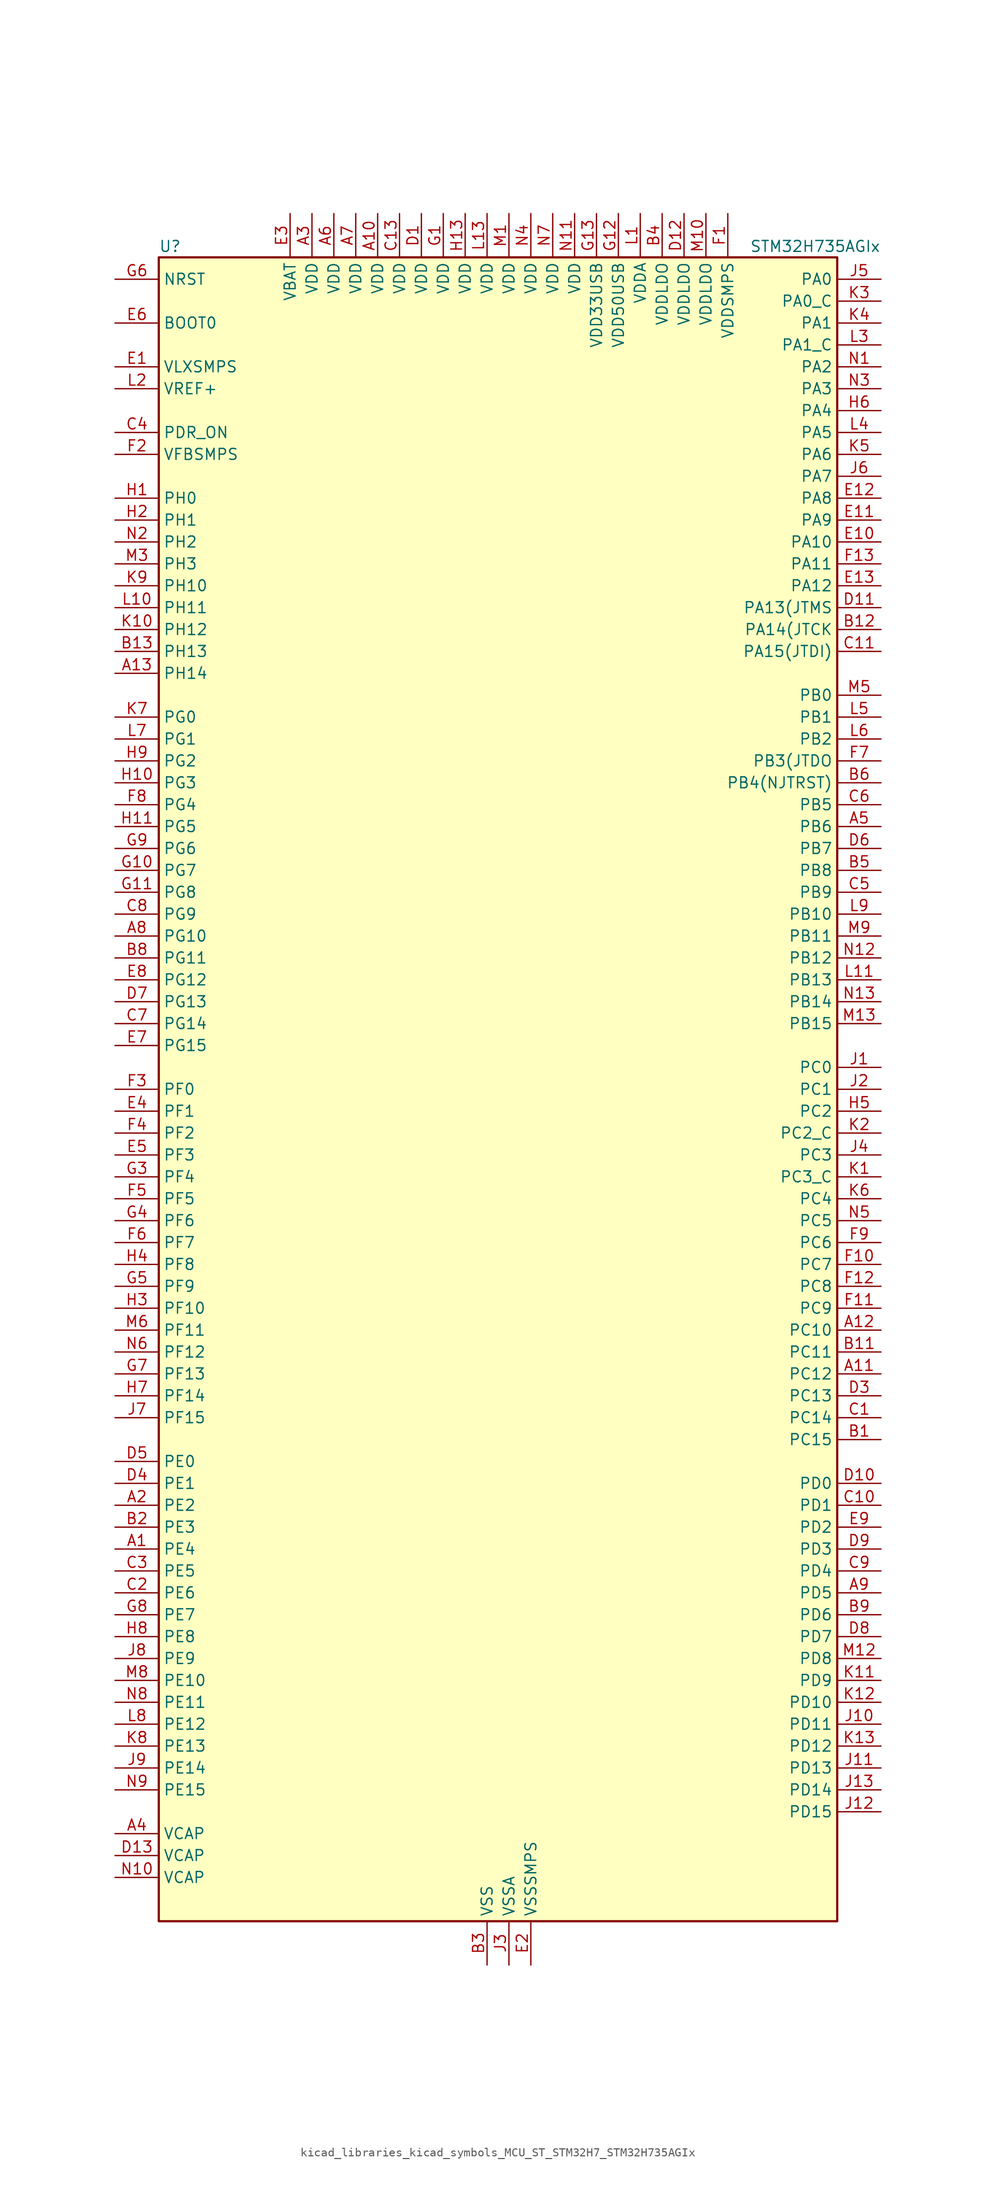
<source format=kicad_sym>
(kicad_symbol_lib
  (version 20220914)
  (generator kicad_symbol_editor)
  (symbol "kicad_libraries_kicad_symbols_MCU_ST_STM32H7_STM32H735AGIx"
    (property "Reference" "U"
      (at -38.1 97.79 0)
      (effects (font (size 1.27 1.27)) (justify left)))
    (property "Value" "STM32H735AGIx"
      (at 30.48 97.79 0)
      (effects (font (size 1.27 1.27)) (justify left)))
    (property "ki_locked" ""
      (at 0 0 0)
      (effects (font (size 1.27 1.27))))
    (symbol "kicad_libraries_kicad_symbols_MCU_ST_STM32H7_STM32H735AGIx_0_1"
      (rectangle (start -38.1 -96.52) (end 40.64 96.52) (stroke (width 0.254) (type default)) (fill (type background))))
    (symbol "kicad_libraries_kicad_symbols_MCU_ST_STM32H7_STM32H735AGIx_1_1"
      (pin bidirectional line (at -43.18 -53.34 0) (length 5.08) (name "PE4" (effects (font (size 1.27 1.27)))) (number "A1" (effects (font (size 1.27 1.27)))) (alternate "DCMI_D4" bidirectional line) (alternate "DEBUG_TRACED1" bidirectional line) (alternate "DFSDM1_DATIN3" bidirectional line) (alternate "FMC_A20" bidirectional line) (alternate "LTDC_B0" bidirectional line) (alternate "PSSI_D4" bidirectional line) (alternate "SAI1_D2" bidirectional line) (alternate "SAI1_FS_A" bidirectional line) (alternate "SAI4_D2" bidirectional line) (alternate "SAI4_FS_A" bidirectional line) (alternate "SPI4_NSS" bidirectional line) (alternate "TIM15_CH1N" bidirectional line))
      (pin power_in line (at -12.7 101.6 270) (length 5.08) (name "VDD" (effects (font (size 1.27 1.27)))) (number "A10" (effects (font (size 1.27 1.27)))))
      (pin bidirectional line (at 45.72 -33.02 180) (length 5.08) (name "PC12" (effects (font (size 1.27 1.27)))) (number "A11" (effects (font (size 1.27 1.27)))) (alternate "DCMI_D9" bidirectional line) (alternate "DEBUG_TRACED3" bidirectional line) (alternate "FMC_D6" bidirectional line) (alternate "FMC_DA6" bidirectional line) (alternate "I2C5_SMBA" bidirectional line) (alternate "I2S3_SDO" bidirectional line) (alternate "I2S6_CK" bidirectional line) (alternate "LTDC_R6" bidirectional line) (alternate "PSSI_D9" bidirectional line) (alternate "SDMMC1_CK" bidirectional line) (alternate "SPI3_MOSI" bidirectional line) (alternate "SPI6_SCK" bidirectional line) (alternate "TIM15_CH1" bidirectional line) (alternate "UART5_TX" bidirectional line) (alternate "USART3_CK" bidirectional line))
      (pin bidirectional line (at 45.72 -27.94 180) (length 5.08) (name "PC10" (effects (font (size 1.27 1.27)))) (number "A12" (effects (font (size 1.27 1.27)))) (alternate "DCMI_D8" bidirectional line) (alternate "DFSDM1_CKIN5" bidirectional line) (alternate "I2C5_SDA" bidirectional line) (alternate "I2S3_CK" bidirectional line) (alternate "LTDC_B1" bidirectional line) (alternate "LTDC_R2" bidirectional line) (alternate "OCTOSPIM_P1_IO1" bidirectional line) (alternate "PSSI_D8" bidirectional line) (alternate "SDMMC1_D2" bidirectional line) (alternate "SPI3_SCK" bidirectional line) (alternate "SWPMI1_RX" bidirectional line) (alternate "UART4_TX" bidirectional line) (alternate "USART3_TX" bidirectional line))
      (pin bidirectional line (at -43.18 48.26 0) (length 5.08) (name "PH14" (effects (font (size 1.27 1.27)))) (number "A13" (effects (font (size 1.27 1.27)))) (alternate "DCMI_D4" bidirectional line) (alternate "FDCAN1_RX" bidirectional line) (alternate "FMC_D22" bidirectional line) (alternate "LTDC_G3" bidirectional line) (alternate "PSSI_D4" bidirectional line) (alternate "TIM8_CH2N" bidirectional line) (alternate "UART4_RX" bidirectional line))
      (pin bidirectional line (at -43.18 -48.26 0) (length 5.08) (name "PE2" (effects (font (size 1.27 1.27)))) (number "A2" (effects (font (size 1.27 1.27)))) (alternate "DEBUG_TRACECLK" bidirectional line) (alternate "ETH_TXD3" bidirectional line) (alternate "FMC_A23" bidirectional line) (alternate "OCTOSPIM_P1_IO2" bidirectional line) (alternate "SAI1_CK1" bidirectional line) (alternate "SAI1_MCLK_A" bidirectional line) (alternate "SAI4_CK1" bidirectional line) (alternate "SAI4_MCLK_A" bidirectional line) (alternate "SPI4_SCK" bidirectional line) (alternate "USART10_RX" bidirectional line))
      (pin power_in line (at -20.32 101.6 270) (length 5.08) (name "VDD" (effects (font (size 1.27 1.27)))) (number "A3" (effects (font (size 1.27 1.27)))))
      (pin power_out line (at -43.18 -86.36 0) (length 5.08) (name "VCAP" (effects (font (size 1.27 1.27)))) (number "A4" (effects (font (size 1.27 1.27)))))
      (pin bidirectional line (at 45.72 30.48 180) (length 5.08) (name "PB6" (effects (font (size 1.27 1.27)))) (number "A5" (effects (font (size 1.27 1.27)))) (alternate "CEC" bidirectional line) (alternate "DCMI_D5" bidirectional line) (alternate "DFSDM1_DATIN5" bidirectional line) (alternate "FDCAN2_TX" bidirectional line) (alternate "FMC_SDNE1" bidirectional line) (alternate "I2C1_SCL" bidirectional line) (alternate "I2C4_SCL" bidirectional line) (alternate "LPUART1_TX" bidirectional line) (alternate "OCTOSPIM_P1_NCS" bidirectional line) (alternate "PSSI_D5" bidirectional line) (alternate "TIM16_CH1N" bidirectional line) (alternate "TIM4_CH1" bidirectional line) (alternate "UART5_TX" bidirectional line) (alternate "USART1_TX" bidirectional line))
      (pin power_in line (at -17.78 101.6 270) (length 5.08) (name "VDD" (effects (font (size 1.27 1.27)))) (number "A6" (effects (font (size 1.27 1.27)))))
      (pin power_in line (at -15.24 101.6 270) (length 5.08) (name "VDD" (effects (font (size 1.27 1.27)))) (number "A7" (effects (font (size 1.27 1.27)))))
      (pin bidirectional line (at -43.18 17.78 0) (length 5.08) (name "PG10" (effects (font (size 1.27 1.27)))) (number "A8" (effects (font (size 1.27 1.27)))) (alternate "DCMI_D2" bidirectional line) (alternate "FDCAN3_RX" bidirectional line) (alternate "FMC_NE3" bidirectional line) (alternate "I2S1_WS" bidirectional line) (alternate "LTDC_B2" bidirectional line) (alternate "LTDC_G3" bidirectional line) (alternate "OCTOSPIM_P2_IO6" bidirectional line) (alternate "PSSI_D2" bidirectional line) (alternate "SAI4_SD_B" bidirectional line) (alternate "SDMMC2_D1" bidirectional line) (alternate "SPI1_NSS" bidirectional line))
      (pin bidirectional line (at 45.72 -58.42 180) (length 5.08) (name "PD5" (effects (font (size 1.27 1.27)))) (number "A9" (effects (font (size 1.27 1.27)))) (alternate "FMC_NWE" bidirectional line) (alternate "OCTOSPIM_P1_IO5" bidirectional line) (alternate "USART2_TX" bidirectional line))
      (pin bidirectional line (at 45.72 -40.64 180) (length 5.08) (name "PC15" (effects (font (size 1.27 1.27)))) (number "B1" (effects (font (size 1.27 1.27)))) (alternate "ADC1_EXTI15" bidirectional line) (alternate "ADC2_EXTI15" bidirectional line) (alternate "ADC3_EXTI15" bidirectional line) (alternate "RCC_OSC32_OUT" bidirectional line))
      (pin passive line (at 0 -101.6 90) (length 5.08) hide (name "VSS" (effects (font (size 1.27 1.27)))) (number "B10" (effects (font (size 1.27 1.27)))))
      (pin bidirectional line (at 45.72 -30.48 180) (length 5.08) (name "PC11" (effects (font (size 1.27 1.27)))) (number "B11" (effects (font (size 1.27 1.27)))) (alternate "ADC1_EXTI11" bidirectional line) (alternate "ADC2_EXTI11" bidirectional line) (alternate "ADC3_EXTI11" bidirectional line) (alternate "DCMI_D4" bidirectional line) (alternate "DFSDM1_DATIN5" bidirectional line) (alternate "I2C5_SCL" bidirectional line) (alternate "I2S3_SDI" bidirectional line) (alternate "LTDC_B4" bidirectional line) (alternate "OCTOSPIM_P1_NCS" bidirectional line) (alternate "PSSI_D4" bidirectional line) (alternate "SDMMC1_D3" bidirectional line) (alternate "SPI3_MISO" bidirectional line) (alternate "UART4_RX" bidirectional line) (alternate "USART3_RX" bidirectional line))
      (pin bidirectional line (at 45.72 53.34 180) (length 5.08) (name "PA14(JTCK" (effects (font (size 1.27 1.27)))) (number "B12" (effects (font (size 1.27 1.27)))) (alternate "DEBUG_JTCK-SWCLK" bidirectional line))
      (pin bidirectional line (at -43.18 50.8 0) (length 5.08) (name "PH13" (effects (font (size 1.27 1.27)))) (number "B13" (effects (font (size 1.27 1.27)))) (alternate "FDCAN1_TX" bidirectional line) (alternate "FMC_D21" bidirectional line) (alternate "LTDC_G2" bidirectional line) (alternate "TIM8_CH1N" bidirectional line) (alternate "UART4_TX" bidirectional line))
      (pin bidirectional line (at -43.18 -50.8 0) (length 5.08) (name "PE3" (effects (font (size 1.27 1.27)))) (number "B2" (effects (font (size 1.27 1.27)))) (alternate "DEBUG_TRACED0" bidirectional line) (alternate "FMC_A19" bidirectional line) (alternate "SAI1_SD_B" bidirectional line) (alternate "SAI4_SD_B" bidirectional line) (alternate "TIM15_BKIN" bidirectional line) (alternate "USART10_TX" bidirectional line))
      (pin power_in line (at 0 -101.6 90) (length 5.08) (name "VSS" (effects (font (size 1.27 1.27)))) (number "B3" (effects (font (size 1.27 1.27)))))
      (pin power_in line (at 20.32 101.6 270) (length 5.08) (name "VDDLDO" (effects (font (size 1.27 1.27)))) (number "B4" (effects (font (size 1.27 1.27)))))
      (pin bidirectional line (at 45.72 25.4 180) (length 5.08) (name "PB8" (effects (font (size 1.27 1.27)))) (number "B5" (effects (font (size 1.27 1.27)))) (alternate "DCMI_D6" bidirectional line) (alternate "DFSDM1_CKIN7" bidirectional line) (alternate "ETH_TXD3" bidirectional line) (alternate "FDCAN1_RX" bidirectional line) (alternate "I2C1_SCL" bidirectional line) (alternate "I2C4_SCL" bidirectional line) (alternate "LTDC_B6" bidirectional line) (alternate "PSSI_D6" bidirectional line) (alternate "SDMMC1_CKIN" bidirectional line) (alternate "SDMMC1_D4" bidirectional line) (alternate "SDMMC2_D4" bidirectional line) (alternate "TIM16_CH1" bidirectional line) (alternate "TIM4_CH3" bidirectional line) (alternate "UART4_RX" bidirectional line))
      (pin bidirectional line (at 45.72 35.56 180) (length 5.08) (name "PB4(NJTRST)" (effects (font (size 1.27 1.27)))) (number "B6" (effects (font (size 1.27 1.27)))) (alternate "DEBUG_JTRST" bidirectional line) (alternate "I2S1_SDI" bidirectional line) (alternate "I2S2_WS" bidirectional line) (alternate "I2S3_SDI" bidirectional line) (alternate "I2S6_SDI" bidirectional line) (alternate "SDMMC2_D3" bidirectional line) (alternate "SPI1_MISO" bidirectional line) (alternate "SPI2_NSS" bidirectional line) (alternate "SPI3_MISO" bidirectional line) (alternate "SPI6_MISO" bidirectional line) (alternate "TIM16_BKIN" bidirectional line) (alternate "TIM3_CH1" bidirectional line) (alternate "UART7_TX" bidirectional line))
      (pin passive line (at 0 -101.6 90) (length 5.08) hide (name "VSS" (effects (font (size 1.27 1.27)))) (number "B7" (effects (font (size 1.27 1.27)))))
      (pin bidirectional line (at -43.18 15.24 0) (length 5.08) (name "PG11" (effects (font (size 1.27 1.27)))) (number "B8" (effects (font (size 1.27 1.27)))) (alternate "ADC1_EXTI11" bidirectional line) (alternate "ADC2_EXTI11" bidirectional line) (alternate "ADC3_EXTI11" bidirectional line) (alternate "DCMI_D3" bidirectional line) (alternate "ETH_TX_EN" bidirectional line) (alternate "I2S1_CK" bidirectional line) (alternate "LPTIM1_IN2" bidirectional line) (alternate "LTDC_B3" bidirectional line) (alternate "OCTOSPIM_P2_IO7" bidirectional line) (alternate "PSSI_D3" bidirectional line) (alternate "SDMMC2_D2" bidirectional line) (alternate "SPDIFRX1_IN0" bidirectional line) (alternate "SPI1_SCK" bidirectional line) (alternate "USART10_RX" bidirectional line))
      (pin bidirectional line (at 45.72 -60.96 180) (length 5.08) (name "PD6" (effects (font (size 1.27 1.27)))) (number "B9" (effects (font (size 1.27 1.27)))) (alternate "DCMI_D10" bidirectional line) (alternate "DFSDM1_CKIN4" bidirectional line) (alternate "DFSDM1_DATIN1" bidirectional line) (alternate "FMC_NWAIT" bidirectional line) (alternate "I2S3_SDO" bidirectional line) (alternate "LTDC_B2" bidirectional line) (alternate "OCTOSPIM_P1_IO6" bidirectional line) (alternate "PSSI_D10" bidirectional line) (alternate "SAI1_D1" bidirectional line) (alternate "SAI1_SD_A" bidirectional line) (alternate "SAI4_D1" bidirectional line) (alternate "SAI4_SD_A" bidirectional line) (alternate "SDMMC2_CK" bidirectional line) (alternate "SPI3_MOSI" bidirectional line) (alternate "USART2_RX" bidirectional line))
      (pin bidirectional line (at 45.72 -38.1 180) (length 5.08) (name "PC14" (effects (font (size 1.27 1.27)))) (number "C1" (effects (font (size 1.27 1.27)))) (alternate "RCC_OSC32_IN" bidirectional line))
      (pin bidirectional line (at 45.72 -48.26 180) (length 5.08) (name "PD1" (effects (font (size 1.27 1.27)))) (number "C10" (effects (font (size 1.27 1.27)))) (alternate "DFSDM1_DATIN6" bidirectional line) (alternate "FDCAN1_TX" bidirectional line) (alternate "FMC_D3" bidirectional line) (alternate "FMC_DA3" bidirectional line) (alternate "UART4_TX" bidirectional line))
      (pin bidirectional line (at 45.72 50.8 180) (length 5.08) (name "PA15(JTDI)" (effects (font (size 1.27 1.27)))) (number "C11" (effects (font (size 1.27 1.27)))) (alternate "ADC1_EXTI15" bidirectional line) (alternate "ADC2_EXTI15" bidirectional line) (alternate "ADC3_EXTI15" bidirectional line) (alternate "CEC" bidirectional line) (alternate "DEBUG_JTDI" bidirectional line) (alternate "I2S1_WS" bidirectional line) (alternate "I2S3_WS" bidirectional line) (alternate "I2S6_WS" bidirectional line) (alternate "LTDC_B6" bidirectional line) (alternate "LTDC_R3" bidirectional line) (alternate "SPI1_NSS" bidirectional line) (alternate "SPI3_NSS" bidirectional line) (alternate "SPI6_NSS" bidirectional line) (alternate "TIM2_CH1" bidirectional line) (alternate "TIM2_ETR" bidirectional line) (alternate "UART4_DE" bidirectional line) (alternate "UART4_RTS" bidirectional line) (alternate "UART7_TX" bidirectional line))
      (pin passive line (at 0 -101.6 90) (length 5.08) hide (name "VSS" (effects (font (size 1.27 1.27)))) (number "C12" (effects (font (size 1.27 1.27)))))
      (pin power_in line (at -10.16 101.6 270) (length 5.08) (name "VDD" (effects (font (size 1.27 1.27)))) (number "C13" (effects (font (size 1.27 1.27)))))
      (pin bidirectional line (at -43.18 -58.42 0) (length 5.08) (name "PE6" (effects (font (size 1.27 1.27)))) (number "C2" (effects (font (size 1.27 1.27)))) (alternate "DCMI_D7" bidirectional line) (alternate "DEBUG_TRACED3" bidirectional line) (alternate "FMC_A22" bidirectional line) (alternate "LTDC_G1" bidirectional line) (alternate "PSSI_D7" bidirectional line) (alternate "SAI1_D1" bidirectional line) (alternate "SAI1_SD_A" bidirectional line) (alternate "SAI4_D1" bidirectional line) (alternate "SAI4_MCLK_B" bidirectional line) (alternate "SAI4_SD_A" bidirectional line) (alternate "SPI4_MOSI" bidirectional line) (alternate "TIM15_CH2" bidirectional line) (alternate "TIM1_BKIN2" bidirectional line) (alternate "TIM1_BKIN2_COMP1" bidirectional line) (alternate "TIM1_BKIN2_COMP2" bidirectional line))
      (pin bidirectional line (at -43.18 -55.88 0) (length 5.08) (name "PE5" (effects (font (size 1.27 1.27)))) (number "C3" (effects (font (size 1.27 1.27)))) (alternate "DCMI_D6" bidirectional line) (alternate "DEBUG_TRACED2" bidirectional line) (alternate "DFSDM1_CKIN3" bidirectional line) (alternate "FMC_A21" bidirectional line) (alternate "LTDC_G0" bidirectional line) (alternate "PSSI_D6" bidirectional line) (alternate "SAI1_CK2" bidirectional line) (alternate "SAI1_SCK_A" bidirectional line) (alternate "SAI4_CK2" bidirectional line) (alternate "SAI4_SCK_A" bidirectional line) (alternate "SPI4_MISO" bidirectional line) (alternate "TIM15_CH1" bidirectional line))
      (pin input line (at -43.18 76.2 0) (length 5.08) (name "PDR_ON" (effects (font (size 1.27 1.27)))) (number "C4" (effects (font (size 1.27 1.27)))))
      (pin bidirectional line (at 45.72 22.86 180) (length 5.08) (name "PB9" (effects (font (size 1.27 1.27)))) (number "C5" (effects (font (size 1.27 1.27)))) (alternate "DAC1_EXTI9" bidirectional line) (alternate "DCMI_D7" bidirectional line) (alternate "DFSDM1_DATIN7" bidirectional line) (alternate "FDCAN1_TX" bidirectional line) (alternate "I2C1_SDA" bidirectional line) (alternate "I2C4_SDA" bidirectional line) (alternate "I2C4_SMBA" bidirectional line) (alternate "I2S2_WS" bidirectional line) (alternate "LTDC_B7" bidirectional line) (alternate "PSSI_D7" bidirectional line) (alternate "SDMMC1_CDIR" bidirectional line) (alternate "SDMMC1_D5" bidirectional line) (alternate "SDMMC2_D5" bidirectional line) (alternate "SPI2_NSS" bidirectional line) (alternate "TIM17_CH1" bidirectional line) (alternate "TIM4_CH4" bidirectional line) (alternate "UART4_TX" bidirectional line))
      (pin bidirectional line (at 45.72 33.02 180) (length 5.08) (name "PB5" (effects (font (size 1.27 1.27)))) (number "C6" (effects (font (size 1.27 1.27)))) (alternate "DCMI_D10" bidirectional line) (alternate "ETH_PPS_OUT" bidirectional line) (alternate "FDCAN2_RX" bidirectional line) (alternate "FMC_SDCKE1" bidirectional line) (alternate "I2C1_SMBA" bidirectional line) (alternate "I2C4_SMBA" bidirectional line) (alternate "I2S1_SDO" bidirectional line) (alternate "I2S3_SDO" bidirectional line) (alternate "I2S6_SDO" bidirectional line) (alternate "LTDC_B5" bidirectional line) (alternate "PSSI_D10" bidirectional line) (alternate "SPI1_MOSI" bidirectional line) (alternate "SPI3_MOSI" bidirectional line) (alternate "SPI6_MOSI" bidirectional line) (alternate "TIM17_BKIN" bidirectional line) (alternate "TIM3_CH2" bidirectional line) (alternate "UART5_RX" bidirectional line) (alternate "USB_OTG_HS_ULPI_D7" bidirectional line))
      (pin bidirectional line (at -43.18 7.62 0) (length 5.08) (name "PG14" (effects (font (size 1.27 1.27)))) (number "C7" (effects (font (size 1.27 1.27)))) (alternate "DEBUG_TRACED1" bidirectional line) (alternate "ETH_TXD1" bidirectional line) (alternate "FMC_A25" bidirectional line) (alternate "I2S6_SDO" bidirectional line) (alternate "LPTIM1_ETR" bidirectional line) (alternate "LTDC_B0" bidirectional line) (alternate "OCTOSPIM_P1_IO7" bidirectional line) (alternate "SDMMC2_D7" bidirectional line) (alternate "SPI6_MOSI" bidirectional line) (alternate "TIM23_CH3" bidirectional line) (alternate "USART10_DE" bidirectional line) (alternate "USART10_RTS" bidirectional line) (alternate "USART6_TX" bidirectional line))
      (pin bidirectional line (at -43.18 20.32 0) (length 5.08) (name "PG9" (effects (font (size 1.27 1.27)))) (number "C8" (effects (font (size 1.27 1.27)))) (alternate "DAC1_EXTI9" bidirectional line) (alternate "DCMI_VSYNC" bidirectional line) (alternate "FDCAN3_TX" bidirectional line) (alternate "FMC_NCE" bidirectional line) (alternate "FMC_NE2" bidirectional line) (alternate "I2S1_SDI" bidirectional line) (alternate "OCTOSPIM_P1_IO6" bidirectional line) (alternate "PSSI_RDY" bidirectional line) (alternate "SAI4_FS_B" bidirectional line) (alternate "SDMMC2_D0" bidirectional line) (alternate "SPDIFRX1_IN3" bidirectional line) (alternate "SPI1_MISO" bidirectional line) (alternate "USART6_RX" bidirectional line))
      (pin bidirectional line (at 45.72 -55.88 180) (length 5.08) (name "PD4" (effects (font (size 1.27 1.27)))) (number "C9" (effects (font (size 1.27 1.27)))) (alternate "FMC_NOE" bidirectional line) (alternate "OCTOSPIM_P1_IO4" bidirectional line) (alternate "USART2_DE" bidirectional line) (alternate "USART2_RTS" bidirectional line))
      (pin power_in line (at -7.62 101.6 270) (length 5.08) (name "VDD" (effects (font (size 1.27 1.27)))) (number "D1" (effects (font (size 1.27 1.27)))))
      (pin bidirectional line (at 45.72 -45.72 180) (length 5.08) (name "PD0" (effects (font (size 1.27 1.27)))) (number "D10" (effects (font (size 1.27 1.27)))) (alternate "DFSDM1_CKIN6" bidirectional line) (alternate "FDCAN1_RX" bidirectional line) (alternate "FMC_D2" bidirectional line) (alternate "FMC_DA2" bidirectional line) (alternate "LTDC_B1" bidirectional line) (alternate "UART4_RX" bidirectional line) (alternate "UART9_CTS" bidirectional line))
      (pin bidirectional line (at 45.72 55.88 180) (length 5.08) (name "PA13(JTMS" (effects (font (size 1.27 1.27)))) (number "D11" (effects (font (size 1.27 1.27)))) (alternate "DEBUG_JTMS-SWDIO" bidirectional line))
      (pin power_in line (at 22.86 101.6 270) (length 5.08) (name "VDDLDO" (effects (font (size 1.27 1.27)))) (number "D12" (effects (font (size 1.27 1.27)))))
      (pin power_out line (at -43.18 -88.9 0) (length 5.08) (name "VCAP" (effects (font (size 1.27 1.27)))) (number "D13" (effects (font (size 1.27 1.27)))))
      (pin passive line (at 0 -101.6 90) (length 5.08) hide (name "VSS" (effects (font (size 1.27 1.27)))) (number "D2" (effects (font (size 1.27 1.27)))))
      (pin bidirectional line (at 45.72 -35.56 180) (length 5.08) (name "PC13" (effects (font (size 1.27 1.27)))) (number "D3" (effects (font (size 1.27 1.27)))) (alternate "PWR_WKUP4" bidirectional line) (alternate "RTC_OUT_ALARM" bidirectional line) (alternate "RTC_OUT_CALIB" bidirectional line) (alternate "RTC_TAMP1" bidirectional line) (alternate "RTC_TS" bidirectional line))
      (pin bidirectional line (at -43.18 -45.72 0) (length 5.08) (name "PE1" (effects (font (size 1.27 1.27)))) (number "D4" (effects (font (size 1.27 1.27)))) (alternate "DCMI_D3" bidirectional line) (alternate "FMC_NBL1" bidirectional line) (alternate "LPTIM1_IN2" bidirectional line) (alternate "LTDC_R6" bidirectional line) (alternate "PSSI_D3" bidirectional line) (alternate "UART8_TX" bidirectional line))
      (pin bidirectional line (at -43.18 -43.18 0) (length 5.08) (name "PE0" (effects (font (size 1.27 1.27)))) (number "D5" (effects (font (size 1.27 1.27)))) (alternate "DCMI_D2" bidirectional line) (alternate "FMC_NBL0" bidirectional line) (alternate "LPTIM1_ETR" bidirectional line) (alternate "LPTIM2_ETR" bidirectional line) (alternate "LTDC_R0" bidirectional line) (alternate "PSSI_D2" bidirectional line) (alternate "SAI4_MCLK_A" bidirectional line) (alternate "TIM4_ETR" bidirectional line) (alternate "UART8_RX" bidirectional line))
      (pin bidirectional line (at 45.72 27.94 180) (length 5.08) (name "PB7" (effects (font (size 1.27 1.27)))) (number "D6" (effects (font (size 1.27 1.27)))) (alternate "DCMI_VSYNC" bidirectional line) (alternate "DFSDM1_CKIN5" bidirectional line) (alternate "FMC_NL" bidirectional line) (alternate "I2C1_SDA" bidirectional line) (alternate "I2C4_SDA" bidirectional line) (alternate "LPUART1_RX" bidirectional line) (alternate "PSSI_RDY" bidirectional line) (alternate "PWR_PVD_IN" bidirectional line) (alternate "TIM17_CH1N" bidirectional line) (alternate "TIM4_CH2" bidirectional line) (alternate "USART1_RX" bidirectional line))
      (pin bidirectional line (at -43.18 10.16 0) (length 5.08) (name "PG13" (effects (font (size 1.27 1.27)))) (number "D7" (effects (font (size 1.27 1.27)))) (alternate "DEBUG_TRACED0" bidirectional line) (alternate "ETH_TXD0" bidirectional line) (alternate "FMC_A24" bidirectional line) (alternate "I2S6_CK" bidirectional line) (alternate "LPTIM1_OUT" bidirectional line) (alternate "LTDC_R0" bidirectional line) (alternate "SDMMC2_D6" bidirectional line) (alternate "SPI6_SCK" bidirectional line) (alternate "TIM23_CH2" bidirectional line) (alternate "USART10_CTS" bidirectional line) (alternate "USART10_NSS" bidirectional line) (alternate "USART6_CTS" bidirectional line) (alternate "USART6_NSS" bidirectional line))
      (pin bidirectional line (at 45.72 -63.5 180) (length 5.08) (name "PD7" (effects (font (size 1.27 1.27)))) (number "D8" (effects (font (size 1.27 1.27)))) (alternate "DFSDM1_CKIN1" bidirectional line) (alternate "DFSDM1_DATIN4" bidirectional line) (alternate "FMC_NE1" bidirectional line) (alternate "I2S1_SDO" bidirectional line) (alternate "OCTOSPIM_P1_IO7" bidirectional line) (alternate "SDMMC2_CMD" bidirectional line) (alternate "SPDIFRX1_IN0" bidirectional line) (alternate "SPI1_MOSI" bidirectional line) (alternate "USART2_CK" bidirectional line))
      (pin bidirectional line (at 45.72 -53.34 180) (length 5.08) (name "PD3" (effects (font (size 1.27 1.27)))) (number "D9" (effects (font (size 1.27 1.27)))) (alternate "DCMI_D5" bidirectional line) (alternate "DFSDM1_CKOUT" bidirectional line) (alternate "FMC_CLK" bidirectional line) (alternate "I2S2_CK" bidirectional line) (alternate "LTDC_G7" bidirectional line) (alternate "PSSI_D5" bidirectional line) (alternate "SPI2_SCK" bidirectional line) (alternate "USART2_CTS" bidirectional line) (alternate "USART2_NSS" bidirectional line))
      (pin power_in line (at -43.18 83.82 0) (length 5.08) (name "VLXSMPS" (effects (font (size 1.27 1.27)))) (number "E1" (effects (font (size 1.27 1.27)))))
      (pin bidirectional line (at 45.72 63.5 180) (length 5.08) (name "PA10" (effects (font (size 1.27 1.27)))) (number "E10" (effects (font (size 1.27 1.27)))) (alternate "DCMI_D1" bidirectional line) (alternate "LPUART1_RX" bidirectional line) (alternate "LTDC_B1" bidirectional line) (alternate "LTDC_B4" bidirectional line) (alternate "MDIOS_MDIO" bidirectional line) (alternate "PSSI_D1" bidirectional line) (alternate "TIM1_CH3" bidirectional line) (alternate "USART1_RX" bidirectional line) (alternate "USB_OTG_HS_ID" bidirectional line))
      (pin bidirectional line (at 45.72 66.04 180) (length 5.08) (name "PA9" (effects (font (size 1.27 1.27)))) (number "E11" (effects (font (size 1.27 1.27)))) (alternate "DAC1_EXTI9" bidirectional line) (alternate "DCMI_D0" bidirectional line) (alternate "ETH_TX_ER" bidirectional line) (alternate "I2C3_SMBA" bidirectional line) (alternate "I2C5_SMBA" bidirectional line) (alternate "I2S2_CK" bidirectional line) (alternate "LPUART1_TX" bidirectional line) (alternate "LTDC_R5" bidirectional line) (alternate "PSSI_D0" bidirectional line) (alternate "SPI2_SCK" bidirectional line) (alternate "TIM1_CH2" bidirectional line) (alternate "USART1_TX" bidirectional line) (alternate "USB_OTG_HS_VBUS" bidirectional line))
      (pin bidirectional line (at 45.72 68.58 180) (length 5.08) (name "PA8" (effects (font (size 1.27 1.27)))) (number "E12" (effects (font (size 1.27 1.27)))) (alternate "I2C3_SCL" bidirectional line) (alternate "I2C5_SCL" bidirectional line) (alternate "LTDC_B3" bidirectional line) (alternate "LTDC_R6" bidirectional line) (alternate "RCC_MCO_1" bidirectional line) (alternate "TIM1_CH1" bidirectional line) (alternate "TIM8_BKIN2" bidirectional line) (alternate "TIM8_BKIN2_COMP1" bidirectional line) (alternate "TIM8_BKIN2_COMP2" bidirectional line) (alternate "UART7_RX" bidirectional line) (alternate "USART1_CK" bidirectional line) (alternate "USB_OTG_HS_SOF" bidirectional line))
      (pin bidirectional line (at 45.72 58.42 180) (length 5.08) (name "PA12" (effects (font (size 1.27 1.27)))) (number "E13" (effects (font (size 1.27 1.27)))) (alternate "FDCAN1_TX" bidirectional line) (alternate "I2S2_CK" bidirectional line) (alternate "LPUART1_DE" bidirectional line) (alternate "LPUART1_RTS" bidirectional line) (alternate "LTDC_R5" bidirectional line) (alternate "SAI4_FS_B" bidirectional line) (alternate "SPI2_SCK" bidirectional line) (alternate "TIM1_BKIN2" bidirectional line) (alternate "TIM1_ETR" bidirectional line) (alternate "UART4_TX" bidirectional line) (alternate "USART1_DE" bidirectional line) (alternate "USART1_RTS" bidirectional line) (alternate "USB_OTG_HS_DP" bidirectional line))
      (pin power_in line (at 5.08 -101.6 90) (length 5.08) (name "VSSSMPS" (effects (font (size 1.27 1.27)))) (number "E2" (effects (font (size 1.27 1.27)))))
      (pin power_in line (at -22.86 101.6 270) (length 5.08) (name "VBAT" (effects (font (size 1.27 1.27)))) (number "E3" (effects (font (size 1.27 1.27)))))
      (pin bidirectional line (at -43.18 -2.54 0) (length 5.08) (name "PF1" (effects (font (size 1.27 1.27)))) (number "E4" (effects (font (size 1.27 1.27)))) (alternate "FMC_A1" bidirectional line) (alternate "I2C2_SCL" bidirectional line) (alternate "I2C5_SCL" bidirectional line) (alternate "OCTOSPIM_P2_IO1" bidirectional line) (alternate "TIM23_CH2" bidirectional line))
      (pin bidirectional line (at -43.18 -7.62 0) (length 5.08) (name "PF3" (effects (font (size 1.27 1.27)))) (number "E5" (effects (font (size 1.27 1.27)))) (alternate "ADC3_INP5" bidirectional line) (alternate "FMC_A3" bidirectional line) (alternate "OCTOSPIM_P2_IO3" bidirectional line) (alternate "TIM23_CH4" bidirectional line))
      (pin input line (at -43.18 88.9 0) (length 5.08) (name "BOOT0" (effects (font (size 1.27 1.27)))) (number "E6" (effects (font (size 1.27 1.27)))))
      (pin bidirectional line (at -43.18 5.08 0) (length 5.08) (name "PG15" (effects (font (size 1.27 1.27)))) (number "E7" (effects (font (size 1.27 1.27)))) (alternate "ADC1_EXTI15" bidirectional line) (alternate "ADC2_EXTI15" bidirectional line) (alternate "ADC3_EXTI15" bidirectional line) (alternate "DCMI_D13" bidirectional line) (alternate "FMC_SDNCAS" bidirectional line) (alternate "OCTOSPIM_P2_DQS" bidirectional line) (alternate "PSSI_D13" bidirectional line) (alternate "USART10_CK" bidirectional line) (alternate "USART6_CTS" bidirectional line) (alternate "USART6_NSS" bidirectional line))
      (pin bidirectional line (at -43.18 12.7 0) (length 5.08) (name "PG12" (effects (font (size 1.27 1.27)))) (number "E8" (effects (font (size 1.27 1.27)))) (alternate "ETH_TXD1" bidirectional line) (alternate "FMC_NE4" bidirectional line) (alternate "I2S6_SDI" bidirectional line) (alternate "LPTIM1_IN1" bidirectional line) (alternate "LTDC_B1" bidirectional line) (alternate "LTDC_B4" bidirectional line) (alternate "OCTOSPIM_P2_NCS" bidirectional line) (alternate "SDMMC2_D3" bidirectional line) (alternate "SPDIFRX1_IN1" bidirectional line) (alternate "SPI6_MISO" bidirectional line) (alternate "TIM23_CH1" bidirectional line) (alternate "USART10_TX" bidirectional line) (alternate "USART6_DE" bidirectional line) (alternate "USART6_RTS" bidirectional line))
      (pin bidirectional line (at 45.72 -50.8 180) (length 5.08) (name "PD2" (effects (font (size 1.27 1.27)))) (number "E9" (effects (font (size 1.27 1.27)))) (alternate "DCMI_D11" bidirectional line) (alternate "DEBUG_TRACED2" bidirectional line) (alternate "FMC_D7" bidirectional line) (alternate "FMC_DA7" bidirectional line) (alternate "LTDC_B2" bidirectional line) (alternate "LTDC_B7" bidirectional line) (alternate "PSSI_D11" bidirectional line) (alternate "SDMMC1_CMD" bidirectional line) (alternate "TIM15_BKIN" bidirectional line) (alternate "TIM3_ETR" bidirectional line) (alternate "UART5_RX" bidirectional line))
      (pin power_in line (at 27.94 101.6 270) (length 5.08) (name "VDDSMPS" (effects (font (size 1.27 1.27)))) (number "F1" (effects (font (size 1.27 1.27)))))
      (pin bidirectional line (at 45.72 -20.32 180) (length 5.08) (name "PC7" (effects (font (size 1.27 1.27)))) (number "F10" (effects (font (size 1.27 1.27)))) (alternate "DCMI_D1" bidirectional line) (alternate "DEBUG_TRGIO" bidirectional line) (alternate "DFSDM1_DATIN3" bidirectional line) (alternate "FMC_NE1" bidirectional line) (alternate "I2S3_MCK" bidirectional line) (alternate "LTDC_G6" bidirectional line) (alternate "PSSI_D1" bidirectional line) (alternate "SDMMC1_D123DIR" bidirectional line) (alternate "SDMMC1_D7" bidirectional line) (alternate "SDMMC2_D7" bidirectional line) (alternate "SWPMI1_TX" bidirectional line) (alternate "TIM3_CH2" bidirectional line) (alternate "TIM8_CH2" bidirectional line) (alternate "USART6_RX" bidirectional line))
      (pin bidirectional line (at 45.72 -25.4 180) (length 5.08) (name "PC9" (effects (font (size 1.27 1.27)))) (number "F11" (effects (font (size 1.27 1.27)))) (alternate "DAC1_EXTI9" bidirectional line) (alternate "DCMI_D3" bidirectional line) (alternate "I2C3_SDA" bidirectional line) (alternate "I2C5_SDA" bidirectional line) (alternate "I2S_CKIN" bidirectional line) (alternate "LTDC_B2" bidirectional line) (alternate "LTDC_G3" bidirectional line) (alternate "OCTOSPIM_P1_IO0" bidirectional line) (alternate "PSSI_D3" bidirectional line) (alternate "RCC_MCO_2" bidirectional line) (alternate "SDMMC1_D1" bidirectional line) (alternate "SWPMI1_SUSPEND" bidirectional line) (alternate "TIM3_CH4" bidirectional line) (alternate "TIM8_CH4" bidirectional line) (alternate "UART5_CTS" bidirectional line))
      (pin bidirectional line (at 45.72 -22.86 180) (length 5.08) (name "PC8" (effects (font (size 1.27 1.27)))) (number "F12" (effects (font (size 1.27 1.27)))) (alternate "DCMI_D2" bidirectional line) (alternate "DEBUG_TRACED1" bidirectional line) (alternate "FMC_INT" bidirectional line) (alternate "FMC_NCE" bidirectional line) (alternate "FMC_NE2" bidirectional line) (alternate "PSSI_D2" bidirectional line) (alternate "SDMMC1_D0" bidirectional line) (alternate "SWPMI1_RX" bidirectional line) (alternate "TIM3_CH3" bidirectional line) (alternate "TIM8_CH3" bidirectional line) (alternate "UART5_DE" bidirectional line) (alternate "UART5_RTS" bidirectional line) (alternate "USART6_CK" bidirectional line))
      (pin bidirectional line (at 45.72 60.96 180) (length 5.08) (name "PA11" (effects (font (size 1.27 1.27)))) (number "F13" (effects (font (size 1.27 1.27)))) (alternate "ADC1_EXTI11" bidirectional line) (alternate "ADC2_EXTI11" bidirectional line) (alternate "ADC3_EXTI11" bidirectional line) (alternate "FDCAN1_RX" bidirectional line) (alternate "I2S2_WS" bidirectional line) (alternate "LPUART1_CTS" bidirectional line) (alternate "LTDC_R4" bidirectional line) (alternate "SPI2_NSS" bidirectional line) (alternate "TIM1_CH4" bidirectional line) (alternate "UART4_RX" bidirectional line) (alternate "USART1_CTS" bidirectional line) (alternate "USART1_NSS" bidirectional line) (alternate "USB_OTG_HS_DM" bidirectional line))
      (pin input line (at -43.18 73.66 0) (length 5.08) (name "VFBSMPS" (effects (font (size 1.27 1.27)))) (number "F2" (effects (font (size 1.27 1.27)))))
      (pin bidirectional line (at -43.18 0 0) (length 5.08) (name "PF0" (effects (font (size 1.27 1.27)))) (number "F3" (effects (font (size 1.27 1.27)))) (alternate "FMC_A0" bidirectional line) (alternate "I2C2_SDA" bidirectional line) (alternate "I2C5_SDA" bidirectional line) (alternate "OCTOSPIM_P2_IO0" bidirectional line) (alternate "TIM23_CH1" bidirectional line))
      (pin bidirectional line (at -43.18 -5.08 0) (length 5.08) (name "PF2" (effects (font (size 1.27 1.27)))) (number "F4" (effects (font (size 1.27 1.27)))) (alternate "FMC_A2" bidirectional line) (alternate "I2C2_SMBA" bidirectional line) (alternate "I2C5_SMBA" bidirectional line) (alternate "OCTOSPIM_P2_IO2" bidirectional line) (alternate "TIM23_CH3" bidirectional line))
      (pin bidirectional line (at -43.18 -12.7 0) (length 5.08) (name "PF5" (effects (font (size 1.27 1.27)))) (number "F5" (effects (font (size 1.27 1.27)))) (alternate "ADC3_INP4" bidirectional line) (alternate "FMC_A5" bidirectional line) (alternate "OCTOSPIM_P2_NCLK" bidirectional line))
      (pin bidirectional line (at -43.18 -17.78 0) (length 5.08) (name "PF7" (effects (font (size 1.27 1.27)))) (number "F6" (effects (font (size 1.27 1.27)))) (alternate "ADC3_INP3" bidirectional line) (alternate "FDCAN3_TX" bidirectional line) (alternate "OCTOSPIM_P1_IO2" bidirectional line) (alternate "SAI1_MCLK_B" bidirectional line) (alternate "SAI4_MCLK_B" bidirectional line) (alternate "SPI5_SCK" bidirectional line) (alternate "TIM17_CH1" bidirectional line) (alternate "TIM23_CH2" bidirectional line) (alternate "UART7_TX" bidirectional line))
      (pin bidirectional line (at 45.72 38.1 180) (length 5.08) (name "PB3(JTDO" (effects (font (size 1.27 1.27)))) (number "F7" (effects (font (size 1.27 1.27)))) (alternate "CRS_SYNC" bidirectional line) (alternate "DEBUG_JTDO-SWO" bidirectional line) (alternate "I2S1_CK" bidirectional line) (alternate "I2S3_CK" bidirectional line) (alternate "I2S6_CK" bidirectional line) (alternate "SDMMC2_D2" bidirectional line) (alternate "SPI1_SCK" bidirectional line) (alternate "SPI3_SCK" bidirectional line) (alternate "SPI6_SCK" bidirectional line) (alternate "TIM24_ETR" bidirectional line) (alternate "TIM2_CH2" bidirectional line) (alternate "UART7_RX" bidirectional line))
      (pin bidirectional line (at -43.18 33.02 0) (length 5.08) (name "PG4" (effects (font (size 1.27 1.27)))) (number "F8" (effects (font (size 1.27 1.27)))) (alternate "FMC_A14" bidirectional line) (alternate "FMC_BA0" bidirectional line) (alternate "TIM1_BKIN2" bidirectional line) (alternate "TIM1_BKIN2_COMP1" bidirectional line) (alternate "TIM1_BKIN2_COMP2" bidirectional line))
      (pin bidirectional line (at 45.72 -17.78 180) (length 5.08) (name "PC6" (effects (font (size 1.27 1.27)))) (number "F9" (effects (font (size 1.27 1.27)))) (alternate "DCMI_D0" bidirectional line) (alternate "DFSDM1_CKIN3" bidirectional line) (alternate "FMC_NWAIT" bidirectional line) (alternate "I2S2_MCK" bidirectional line) (alternate "LTDC_HSYNC" bidirectional line) (alternate "PSSI_D0" bidirectional line) (alternate "SDMMC1_D0DIR" bidirectional line) (alternate "SDMMC1_D6" bidirectional line) (alternate "SDMMC2_D6" bidirectional line) (alternate "SWPMI1_IO" bidirectional line) (alternate "TIM3_CH1" bidirectional line) (alternate "TIM8_CH1" bidirectional line) (alternate "USART6_TX" bidirectional line))
      (pin power_in line (at -5.08 101.6 270) (length 5.08) (name "VDD" (effects (font (size 1.27 1.27)))) (number "G1" (effects (font (size 1.27 1.27)))))
      (pin bidirectional line (at -43.18 25.4 0) (length 5.08) (name "PG7" (effects (font (size 1.27 1.27)))) (number "G10" (effects (font (size 1.27 1.27)))) (alternate "DCMI_D13" bidirectional line) (alternate "FMC_INT" bidirectional line) (alternate "LTDC_CLK" bidirectional line) (alternate "OCTOSPIM_P2_DQS" bidirectional line) (alternate "PSSI_D13" bidirectional line) (alternate "SAI1_MCLK_A" bidirectional line) (alternate "USART6_CK" bidirectional line))
      (pin bidirectional line (at -43.18 22.86 0) (length 5.08) (name "PG8" (effects (font (size 1.27 1.27)))) (number "G11" (effects (font (size 1.27 1.27)))) (alternate "ETH_PPS_OUT" bidirectional line) (alternate "FMC_SDCLK" bidirectional line) (alternate "I2S6_WS" bidirectional line) (alternate "LTDC_G7" bidirectional line) (alternate "SPDIFRX1_IN2" bidirectional line) (alternate "SPI6_NSS" bidirectional line) (alternate "TIM8_ETR" bidirectional line) (alternate "USART6_DE" bidirectional line) (alternate "USART6_RTS" bidirectional line))
      (pin power_in line (at 15.24 101.6 270) (length 5.08) (name "VDD50USB" (effects (font (size 1.27 1.27)))) (number "G12" (effects (font (size 1.27 1.27)))))
      (pin power_in line (at 12.7 101.6 270) (length 5.08) (name "VDD33USB" (effects (font (size 1.27 1.27)))) (number "G13" (effects (font (size 1.27 1.27)))))
      (pin passive line (at 0 -101.6 90) (length 5.08) hide (name "VSS" (effects (font (size 1.27 1.27)))) (number "G2" (effects (font (size 1.27 1.27)))))
      (pin bidirectional line (at -43.18 -10.16 0) (length 5.08) (name "PF4" (effects (font (size 1.27 1.27)))) (number "G3" (effects (font (size 1.27 1.27)))) (alternate "ADC3_INN5" bidirectional line) (alternate "ADC3_INP9" bidirectional line) (alternate "FMC_A4" bidirectional line) (alternate "OCTOSPIM_P2_CLK" bidirectional line))
      (pin bidirectional line (at -43.18 -15.24 0) (length 5.08) (name "PF6" (effects (font (size 1.27 1.27)))) (number "G4" (effects (font (size 1.27 1.27)))) (alternate "ADC3_INN4" bidirectional line) (alternate "ADC3_INP8" bidirectional line) (alternate "FDCAN3_RX" bidirectional line) (alternate "OCTOSPIM_P1_IO3" bidirectional line) (alternate "SAI1_SD_B" bidirectional line) (alternate "SAI4_SD_B" bidirectional line) (alternate "SPI5_NSS" bidirectional line) (alternate "TIM16_CH1" bidirectional line) (alternate "TIM23_CH1" bidirectional line) (alternate "UART7_RX" bidirectional line))
      (pin bidirectional line (at -43.18 -22.86 0) (length 5.08) (name "PF9" (effects (font (size 1.27 1.27)))) (number "G5" (effects (font (size 1.27 1.27)))) (alternate "ADC3_INP2" bidirectional line) (alternate "DAC1_EXTI9" bidirectional line) (alternate "OCTOSPIM_P1_IO1" bidirectional line) (alternate "SAI1_FS_B" bidirectional line) (alternate "SAI4_FS_B" bidirectional line) (alternate "SPI5_MOSI" bidirectional line) (alternate "TIM14_CH1" bidirectional line) (alternate "TIM17_CH1N" bidirectional line) (alternate "TIM23_CH4" bidirectional line) (alternate "UART7_CTS" bidirectional line))
      (pin input line (at -43.18 93.98 0) (length 5.08) (name "NRST" (effects (font (size 1.27 1.27)))) (number "G6" (effects (font (size 1.27 1.27)))))
      (pin bidirectional line (at -43.18 -33.02 0) (length 5.08) (name "PF13" (effects (font (size 1.27 1.27)))) (number "G7" (effects (font (size 1.27 1.27)))) (alternate "ADC2_INP2" bidirectional line) (alternate "DFSDM1_DATIN6" bidirectional line) (alternate "FMC_A7" bidirectional line) (alternate "I2C4_SMBA" bidirectional line) (alternate "TIM24_CH3" bidirectional line))
      (pin bidirectional line (at -43.18 -60.96 0) (length 5.08) (name "PE7" (effects (font (size 1.27 1.27)))) (number "G8" (effects (font (size 1.27 1.27)))) (alternate "COMP2_INM" bidirectional line) (alternate "DFSDM1_DATIN2" bidirectional line) (alternate "FMC_D4" bidirectional line) (alternate "FMC_DA4" bidirectional line) (alternate "OCTOSPIM_P1_IO4" bidirectional line) (alternate "OPAMP2_VOUT" bidirectional line) (alternate "TIM1_ETR" bidirectional line) (alternate "UART7_RX" bidirectional line))
      (pin bidirectional line (at -43.18 27.94 0) (length 5.08) (name "PG6" (effects (font (size 1.27 1.27)))) (number "G9" (effects (font (size 1.27 1.27)))) (alternate "DCMI_D12" bidirectional line) (alternate "FMC_NE3" bidirectional line) (alternate "LTDC_R7" bidirectional line) (alternate "OCTOSPIM_P1_NCS" bidirectional line) (alternate "PSSI_D12" bidirectional line) (alternate "TIM17_BKIN" bidirectional line))
      (pin bidirectional line (at -43.18 68.58 0) (length 5.08) (name "PH0" (effects (font (size 1.27 1.27)))) (number "H1" (effects (font (size 1.27 1.27)))) (alternate "RCC_OSC_IN" bidirectional line))
      (pin bidirectional line (at -43.18 35.56 0) (length 5.08) (name "PG3" (effects (font (size 1.27 1.27)))) (number "H10" (effects (font (size 1.27 1.27)))) (alternate "FMC_A13" bidirectional line) (alternate "TIM23_ETR" bidirectional line) (alternate "TIM8_BKIN2" bidirectional line) (alternate "TIM8_BKIN2_COMP1" bidirectional line) (alternate "TIM8_BKIN2_COMP2" bidirectional line))
      (pin bidirectional line (at -43.18 30.48 0) (length 5.08) (name "PG5" (effects (font (size 1.27 1.27)))) (number "H11" (effects (font (size 1.27 1.27)))) (alternate "FMC_A15" bidirectional line) (alternate "FMC_BA1" bidirectional line) (alternate "TIM1_ETR" bidirectional line))
      (pin passive line (at 0 -101.6 90) (length 5.08) hide (name "VSS" (effects (font (size 1.27 1.27)))) (number "H12" (effects (font (size 1.27 1.27)))))
      (pin power_in line (at -2.54 101.6 270) (length 5.08) (name "VDD" (effects (font (size 1.27 1.27)))) (number "H13" (effects (font (size 1.27 1.27)))))
      (pin bidirectional line (at -43.18 66.04 0) (length 5.08) (name "PH1" (effects (font (size 1.27 1.27)))) (number "H2" (effects (font (size 1.27 1.27)))) (alternate "RCC_OSC_OUT" bidirectional line))
      (pin bidirectional line (at -43.18 -25.4 0) (length 5.08) (name "PF10" (effects (font (size 1.27 1.27)))) (number "H3" (effects (font (size 1.27 1.27)))) (alternate "ADC3_INN2" bidirectional line) (alternate "ADC3_INP6" bidirectional line) (alternate "DCMI_D11" bidirectional line) (alternate "LTDC_DE" bidirectional line) (alternate "OCTOSPIM_P1_CLK" bidirectional line) (alternate "PSSI_D11" bidirectional line) (alternate "PSSI_D15" bidirectional line) (alternate "SAI1_D3" bidirectional line) (alternate "SAI4_D3" bidirectional line) (alternate "TIM16_BKIN" bidirectional line))
      (pin bidirectional line (at -43.18 -20.32 0) (length 5.08) (name "PF8" (effects (font (size 1.27 1.27)))) (number "H4" (effects (font (size 1.27 1.27)))) (alternate "ADC3_INN3" bidirectional line) (alternate "ADC3_INP7" bidirectional line) (alternate "OCTOSPIM_P1_IO0" bidirectional line) (alternate "SAI1_SCK_B" bidirectional line) (alternate "SAI4_SCK_B" bidirectional line) (alternate "SPI5_MISO" bidirectional line) (alternate "TIM13_CH1" bidirectional line) (alternate "TIM16_CH1N" bidirectional line) (alternate "TIM23_CH3" bidirectional line) (alternate "UART7_DE" bidirectional line) (alternate "UART7_RTS" bidirectional line))
      (pin bidirectional line (at 45.72 -2.54 180) (length 5.08) (name "PC2" (effects (font (size 1.27 1.27)))) (number "H5" (effects (font (size 1.27 1.27)))) (alternate "ADC1_INN11" bidirectional line) (alternate "ADC1_INP12" bidirectional line) (alternate "ADC2_INN11" bidirectional line) (alternate "ADC2_INP12" bidirectional line) (alternate "ADC3_INN11" bidirectional line) (alternate "ADC3_INP12" bidirectional line) (alternate "DFSDM1_CKIN1" bidirectional line) (alternate "DFSDM1_CKOUT" bidirectional line) (alternate "ETH_TXD2" bidirectional line) (alternate "FMC_SDNE0" bidirectional line) (alternate "I2S2_SDI" bidirectional line) (alternate "OCTOSPIM_P1_IO2" bidirectional line) (alternate "OCTOSPIM_P1_IO5" bidirectional line) (alternate "PWR_CSTOP" bidirectional line) (alternate "SPI2_MISO" bidirectional line) (alternate "USB_OTG_HS_ULPI_DIR" bidirectional line))
      (pin bidirectional line (at 45.72 78.74 180) (length 5.08) (name "PA4" (effects (font (size 1.27 1.27)))) (number "H6" (effects (font (size 1.27 1.27)))) (alternate "ADC1_INP18" bidirectional line) (alternate "ADC2_INP18" bidirectional line) (alternate "DAC1_OUT1" bidirectional line) (alternate "DCMI_HSYNC" bidirectional line) (alternate "FMC_D8" bidirectional line) (alternate "FMC_DA8" bidirectional line) (alternate "I2S1_WS" bidirectional line) (alternate "I2S3_WS" bidirectional line) (alternate "I2S6_WS" bidirectional line) (alternate "LTDC_VSYNC" bidirectional line) (alternate "PSSI_DE" bidirectional line) (alternate "SPI1_NSS" bidirectional line) (alternate "SPI3_NSS" bidirectional line) (alternate "SPI6_NSS" bidirectional line) (alternate "TIM5_ETR" bidirectional line) (alternate "USART2_CK" bidirectional line))
      (pin bidirectional line (at -43.18 -35.56 0) (length 5.08) (name "PF14" (effects (font (size 1.27 1.27)))) (number "H7" (effects (font (size 1.27 1.27)))) (alternate "ADC2_INN2" bidirectional line) (alternate "ADC2_INP6" bidirectional line) (alternate "DFSDM1_CKIN6" bidirectional line) (alternate "FMC_A8" bidirectional line) (alternate "I2C4_SCL" bidirectional line) (alternate "TIM24_CH4" bidirectional line))
      (pin bidirectional line (at -43.18 -63.5 0) (length 5.08) (name "PE8" (effects (font (size 1.27 1.27)))) (number "H8" (effects (font (size 1.27 1.27)))) (alternate "COMP2_OUT" bidirectional line) (alternate "DFSDM1_CKIN2" bidirectional line) (alternate "FMC_D5" bidirectional line) (alternate "FMC_DA5" bidirectional line) (alternate "OCTOSPIM_P1_IO5" bidirectional line) (alternate "OPAMP2_VINM" bidirectional line) (alternate "TIM1_CH1N" bidirectional line) (alternate "UART7_TX" bidirectional line))
      (pin bidirectional line (at -43.18 38.1 0) (length 5.08) (name "PG2" (effects (font (size 1.27 1.27)))) (number "H9" (effects (font (size 1.27 1.27)))) (alternate "FMC_A12" bidirectional line) (alternate "TIM24_ETR" bidirectional line) (alternate "TIM8_BKIN" bidirectional line) (alternate "TIM8_BKIN_COMP1" bidirectional line) (alternate "TIM8_BKIN_COMP2" bidirectional line))
      (pin bidirectional line (at 45.72 2.54 180) (length 5.08) (name "PC0" (effects (font (size 1.27 1.27)))) (number "J1" (effects (font (size 1.27 1.27)))) (alternate "ADC1_INP10" bidirectional line) (alternate "ADC2_INP10" bidirectional line) (alternate "ADC3_INP10" bidirectional line) (alternate "DFSDM1_CKIN0" bidirectional line) (alternate "DFSDM1_DATIN4" bidirectional line) (alternate "FMC_A25" bidirectional line) (alternate "FMC_D12" bidirectional line) (alternate "FMC_DA12" bidirectional line) (alternate "FMC_SDNWE" bidirectional line) (alternate "LTDC_G2" bidirectional line) (alternate "LTDC_R5" bidirectional line) (alternate "SAI4_FS_B" bidirectional line) (alternate "USB_OTG_HS_ULPI_STP" bidirectional line))
      (pin bidirectional line (at 45.72 -73.66 180) (length 5.08) (name "PD11" (effects (font (size 1.27 1.27)))) (number "J10" (effects (font (size 1.27 1.27)))) (alternate "ADC1_EXTI11" bidirectional line) (alternate "ADC2_EXTI11" bidirectional line) (alternate "ADC3_EXTI11" bidirectional line) (alternate "FMC_A16" bidirectional line) (alternate "FMC_CLE" bidirectional line) (alternate "I2C4_SMBA" bidirectional line) (alternate "LPTIM2_IN2" bidirectional line) (alternate "OCTOSPIM_P1_IO0" bidirectional line) (alternate "SAI4_SD_A" bidirectional line) (alternate "USART3_CTS" bidirectional line) (alternate "USART3_NSS" bidirectional line))
      (pin bidirectional line (at 45.72 -78.74 180) (length 5.08) (name "PD13" (effects (font (size 1.27 1.27)))) (number "J11" (effects (font (size 1.27 1.27)))) (alternate "DCMI_D13" bidirectional line) (alternate "FDCAN3_TX" bidirectional line) (alternate "FMC_A18" bidirectional line) (alternate "I2C4_SDA" bidirectional line) (alternate "LPTIM1_OUT" bidirectional line) (alternate "OCTOSPIM_P1_IO3" bidirectional line) (alternate "PSSI_D13" bidirectional line) (alternate "SAI4_SCK_A" bidirectional line) (alternate "TIM4_CH2" bidirectional line) (alternate "UART9_DE" bidirectional line) (alternate "UART9_RTS" bidirectional line))
      (pin bidirectional line (at 45.72 -83.82 180) (length 5.08) (name "PD15" (effects (font (size 1.27 1.27)))) (number "J12" (effects (font (size 1.27 1.27)))) (alternate "ADC1_EXTI15" bidirectional line) (alternate "ADC2_EXTI15" bidirectional line) (alternate "ADC3_EXTI15" bidirectional line) (alternate "FMC_D1" bidirectional line) (alternate "FMC_DA1" bidirectional line) (alternate "TIM4_CH4" bidirectional line) (alternate "UART8_DE" bidirectional line) (alternate "UART8_RTS" bidirectional line) (alternate "UART9_TX" bidirectional line))
      (pin bidirectional line (at 45.72 -81.28 180) (length 5.08) (name "PD14" (effects (font (size 1.27 1.27)))) (number "J13" (effects (font (size 1.27 1.27)))) (alternate "FMC_D0" bidirectional line) (alternate "FMC_DA0" bidirectional line) (alternate "TIM4_CH3" bidirectional line) (alternate "UART8_CTS" bidirectional line) (alternate "UART9_RX" bidirectional line))
      (pin bidirectional line (at 45.72 0 180) (length 5.08) (name "PC1" (effects (font (size 1.27 1.27)))) (number "J2" (effects (font (size 1.27 1.27)))) (alternate "ADC1_INN10" bidirectional line) (alternate "ADC1_INP11" bidirectional line) (alternate "ADC2_INN10" bidirectional line) (alternate "ADC2_INP11" bidirectional line) (alternate "ADC3_INN10" bidirectional line) (alternate "ADC3_INP11" bidirectional line) (alternate "DEBUG_TRACED0" bidirectional line) (alternate "DFSDM1_CKIN4" bidirectional line) (alternate "DFSDM1_DATIN0" bidirectional line) (alternate "ETH_MDC" bidirectional line) (alternate "I2S2_SDO" bidirectional line) (alternate "LTDC_G5" bidirectional line) (alternate "MDIOS_MDC" bidirectional line) (alternate "OCTOSPIM_P1_IO4" bidirectional line) (alternate "PWR_WKUP6" bidirectional line) (alternate "RTC_TAMP3" bidirectional line) (alternate "SAI1_D1" bidirectional line) (alternate "SAI1_SD_A" bidirectional line) (alternate "SAI4_D1" bidirectional line) (alternate "SAI4_SD_A" bidirectional line) (alternate "SDMMC2_CK" bidirectional line) (alternate "SPI2_MOSI" bidirectional line))
      (pin power_in line (at 2.54 -101.6 90) (length 5.08) (name "VSSA" (effects (font (size 1.27 1.27)))) (number "J3" (effects (font (size 1.27 1.27)))))
      (pin bidirectional line (at 45.72 -7.62 180) (length 5.08) (name "PC3" (effects (font (size 1.27 1.27)))) (number "J4" (effects (font (size 1.27 1.27)))) (alternate "ADC1_INN12" bidirectional line) (alternate "ADC1_INP13" bidirectional line) (alternate "ADC2_INN12" bidirectional line) (alternate "ADC2_INP13" bidirectional line) (alternate "DFSDM1_DATIN1" bidirectional line) (alternate "ETH_TX_CLK" bidirectional line) (alternate "FMC_SDCKE0" bidirectional line) (alternate "I2S2_SDO" bidirectional line) (alternate "OCTOSPIM_P1_IO0" bidirectional line) (alternate "OCTOSPIM_P1_IO6" bidirectional line) (alternate "PWR_CSLEEP" bidirectional line) (alternate "SPI2_MOSI" bidirectional line) (alternate "USB_OTG_HS_ULPI_NXT" bidirectional line))
      (pin bidirectional line (at 45.72 93.98 180) (length 5.08) (name "PA0" (effects (font (size 1.27 1.27)))) (number "J5" (effects (font (size 1.27 1.27)))) (alternate "ADC1_INP16" bidirectional line) (alternate "ETH_CRS" bidirectional line) (alternate "FMC_A19" bidirectional line) (alternate "I2S6_WS" bidirectional line) (alternate "PWR_WKUP1" bidirectional line) (alternate "SAI4_SD_B" bidirectional line) (alternate "SDMMC2_CMD" bidirectional line) (alternate "SPI6_NSS" bidirectional line) (alternate "TIM15_BKIN" bidirectional line) (alternate "TIM2_CH1" bidirectional line) (alternate "TIM2_ETR" bidirectional line) (alternate "TIM5_CH1" bidirectional line) (alternate "TIM8_ETR" bidirectional line) (alternate "UART4_TX" bidirectional line) (alternate "USART2_CTS" bidirectional line) (alternate "USART2_NSS" bidirectional line))
      (pin bidirectional line (at 45.72 71.12 180) (length 5.08) (name "PA7" (effects (font (size 1.27 1.27)))) (number "J6" (effects (font (size 1.27 1.27)))) (alternate "ADC1_INN3" bidirectional line) (alternate "ADC1_INP7" bidirectional line) (alternate "ADC2_INN3" bidirectional line) (alternate "ADC2_INP7" bidirectional line) (alternate "ETH_CRS_DV" bidirectional line) (alternate "ETH_RX_DV" bidirectional line) (alternate "FMC_SDNWE" bidirectional line) (alternate "I2S1_SDO" bidirectional line) (alternate "I2S6_SDO" bidirectional line) (alternate "LTDC_VSYNC" bidirectional line) (alternate "OCTOSPIM_P1_IO2" bidirectional line) (alternate "OPAMP1_VINM" bidirectional line) (alternate "SPI1_MOSI" bidirectional line) (alternate "SPI6_MOSI" bidirectional line) (alternate "TIM14_CH1" bidirectional line) (alternate "TIM1_CH1N" bidirectional line) (alternate "TIM3_CH2" bidirectional line) (alternate "TIM8_CH1N" bidirectional line))
      (pin bidirectional line (at -43.18 -38.1 0) (length 5.08) (name "PF15" (effects (font (size 1.27 1.27)))) (number "J7" (effects (font (size 1.27 1.27)))) (alternate "ADC1_EXTI15" bidirectional line) (alternate "ADC2_EXTI15" bidirectional line) (alternate "ADC3_EXTI15" bidirectional line) (alternate "FMC_A9" bidirectional line) (alternate "I2C4_SDA" bidirectional line))
      (pin bidirectional line (at -43.18 -66.04 0) (length 5.08) (name "PE9" (effects (font (size 1.27 1.27)))) (number "J8" (effects (font (size 1.27 1.27)))) (alternate "COMP2_INP" bidirectional line) (alternate "DAC1_EXTI9" bidirectional line) (alternate "DFSDM1_CKOUT" bidirectional line) (alternate "FMC_D6" bidirectional line) (alternate "FMC_DA6" bidirectional line) (alternate "OCTOSPIM_P1_IO6" bidirectional line) (alternate "OPAMP2_VINP" bidirectional line) (alternate "TIM1_CH1" bidirectional line) (alternate "UART7_DE" bidirectional line) (alternate "UART7_RTS" bidirectional line))
      (pin bidirectional line (at -43.18 -78.74 0) (length 5.08) (name "PE14" (effects (font (size 1.27 1.27)))) (number "J9" (effects (font (size 1.27 1.27)))) (alternate "FMC_D11" bidirectional line) (alternate "FMC_DA11" bidirectional line) (alternate "LTDC_CLK" bidirectional line) (alternate "SAI4_MCLK_B" bidirectional line) (alternate "SPI4_MOSI" bidirectional line) (alternate "TIM1_CH4" bidirectional line))
      (pin bidirectional line (at 45.72 -10.16 180) (length 5.08) (name "PC3_C" (effects (font (size 1.27 1.27)))) (number "K1" (effects (font (size 1.27 1.27)))) (alternate "ADC3_INP1" bidirectional line) (alternate "DFSDM1_DATIN1" bidirectional line) (alternate "ETH_TX_CLK" bidirectional line) (alternate "FMC_SDCKE0" bidirectional line) (alternate "I2S2_SDO" bidirectional line) (alternate "OCTOSPIM_P1_IO0" bidirectional line) (alternate "OCTOSPIM_P1_IO6" bidirectional line) (alternate "PWR_CSLEEP" bidirectional line) (alternate "SPI2_MOSI" bidirectional line) (alternate "USB_OTG_HS_ULPI_NXT" bidirectional line))
      (pin bidirectional line (at -43.18 53.34 0) (length 5.08) (name "PH12" (effects (font (size 1.27 1.27)))) (number "K10" (effects (font (size 1.27 1.27)))) (alternate "DCMI_D3" bidirectional line) (alternate "FMC_D20" bidirectional line) (alternate "I2C4_SDA" bidirectional line) (alternate "LTDC_R6" bidirectional line) (alternate "PSSI_D3" bidirectional line) (alternate "TIM5_CH3" bidirectional line))
      (pin bidirectional line (at 45.72 -68.58 180) (length 5.08) (name "PD9" (effects (font (size 1.27 1.27)))) (number "K11" (effects (font (size 1.27 1.27)))) (alternate "DAC1_EXTI9" bidirectional line) (alternate "DFSDM1_DATIN3" bidirectional line) (alternate "FMC_D14" bidirectional line) (alternate "FMC_DA14" bidirectional line) (alternate "USART3_RX" bidirectional line))
      (pin bidirectional line (at 45.72 -71.12 180) (length 5.08) (name "PD10" (effects (font (size 1.27 1.27)))) (number "K12" (effects (font (size 1.27 1.27)))) (alternate "DFSDM1_CKOUT" bidirectional line) (alternate "FMC_D15" bidirectional line) (alternate "FMC_DA15" bidirectional line) (alternate "LTDC_B3" bidirectional line) (alternate "USART3_CK" bidirectional line))
      (pin bidirectional line (at 45.72 -76.2 180) (length 5.08) (name "PD12" (effects (font (size 1.27 1.27)))) (number "K13" (effects (font (size 1.27 1.27)))) (alternate "DCMI_D12" bidirectional line) (alternate "FDCAN3_RX" bidirectional line) (alternate "FMC_A17" bidirectional line) (alternate "FMC_ALE" bidirectional line) (alternate "I2C4_SCL" bidirectional line) (alternate "LPTIM1_IN1" bidirectional line) (alternate "LPTIM2_IN1" bidirectional line) (alternate "OCTOSPIM_P1_IO1" bidirectional line) (alternate "PSSI_D12" bidirectional line) (alternate "SAI4_FS_A" bidirectional line) (alternate "TIM4_CH1" bidirectional line) (alternate "USART3_DE" bidirectional line) (alternate "USART3_RTS" bidirectional line))
      (pin bidirectional line (at 45.72 -5.08 180) (length 5.08) (name "PC2_C" (effects (font (size 1.27 1.27)))) (number "K2" (effects (font (size 1.27 1.27)))) (alternate "ADC3_INN1" bidirectional line) (alternate "ADC3_INP0" bidirectional line) (alternate "DFSDM1_CKIN1" bidirectional line) (alternate "DFSDM1_CKOUT" bidirectional line) (alternate "ETH_TXD2" bidirectional line) (alternate "FMC_SDNE0" bidirectional line) (alternate "I2S2_SDI" bidirectional line) (alternate "OCTOSPIM_P1_IO2" bidirectional line) (alternate "OCTOSPIM_P1_IO5" bidirectional line) (alternate "PWR_CSTOP" bidirectional line) (alternate "SPI2_MISO" bidirectional line) (alternate "USB_OTG_HS_ULPI_DIR" bidirectional line))
      (pin bidirectional line (at 45.72 91.44 180) (length 5.08) (name "PA0_C" (effects (font (size 1.27 1.27)))) (number "K3" (effects (font (size 1.27 1.27)))) (alternate "ADC1_INN1" bidirectional line) (alternate "ADC1_INP0" bidirectional line) (alternate "ADC2_INN1" bidirectional line) (alternate "ADC2_INP0" bidirectional line) (alternate "ETH_CRS" bidirectional line) (alternate "FMC_A19" bidirectional line) (alternate "I2S6_WS" bidirectional line) (alternate "PWR_WKUP1" bidirectional line) (alternate "SAI4_SD_B" bidirectional line) (alternate "SDMMC2_CMD" bidirectional line) (alternate "SPI6_NSS" bidirectional line) (alternate "TIM15_BKIN" bidirectional line) (alternate "TIM2_CH1" bidirectional line) (alternate "TIM2_ETR" bidirectional line) (alternate "TIM5_CH1" bidirectional line) (alternate "TIM8_ETR" bidirectional line) (alternate "UART4_TX" bidirectional line) (alternate "USART2_CTS" bidirectional line) (alternate "USART2_NSS" bidirectional line))
      (pin bidirectional line (at 45.72 88.9 180) (length 5.08) (name "PA1" (effects (font (size 1.27 1.27)))) (number "K4" (effects (font (size 1.27 1.27)))) (alternate "ADC1_INN16" bidirectional line) (alternate "ADC1_INP17" bidirectional line) (alternate "ETH_REF_CLK" bidirectional line) (alternate "ETH_RX_CLK" bidirectional line) (alternate "LPTIM3_OUT" bidirectional line) (alternate "LTDC_R2" bidirectional line) (alternate "OCTOSPIM_P1_DQS" bidirectional line) (alternate "OCTOSPIM_P1_IO3" bidirectional line) (alternate "SAI4_MCLK_B" bidirectional line) (alternate "TIM15_CH1N" bidirectional line) (alternate "TIM2_CH2" bidirectional line) (alternate "TIM5_CH2" bidirectional line) (alternate "UART4_RX" bidirectional line) (alternate "USART2_DE" bidirectional line) (alternate "USART2_RTS" bidirectional line))
      (pin bidirectional line (at 45.72 73.66 180) (length 5.08) (name "PA6" (effects (font (size 1.27 1.27)))) (number "K5" (effects (font (size 1.27 1.27)))) (alternate "ADC1_INP3" bidirectional line) (alternate "ADC2_INP3" bidirectional line) (alternate "DCMI_PIXCLK" bidirectional line) (alternate "I2S1_SDI" bidirectional line) (alternate "I2S6_SDI" bidirectional line) (alternate "LTDC_G2" bidirectional line) (alternate "MDIOS_MDC" bidirectional line) (alternate "OCTOSPIM_P1_IO3" bidirectional line) (alternate "PSSI_PDCK" bidirectional line) (alternate "SPI1_MISO" bidirectional line) (alternate "SPI6_MISO" bidirectional line) (alternate "TIM13_CH1" bidirectional line) (alternate "TIM1_BKIN" bidirectional line) (alternate "TIM1_BKIN_COMP1" bidirectional line) (alternate "TIM1_BKIN_COMP2" bidirectional line) (alternate "TIM3_CH1" bidirectional line) (alternate "TIM8_BKIN" bidirectional line) (alternate "TIM8_BKIN_COMP1" bidirectional line) (alternate "TIM8_BKIN_COMP2" bidirectional line))
      (pin bidirectional line (at 45.72 -12.7 180) (length 5.08) (name "PC4" (effects (font (size 1.27 1.27)))) (number "K6" (effects (font (size 1.27 1.27)))) (alternate "ADC1_INP4" bidirectional line) (alternate "ADC2_INP4" bidirectional line) (alternate "COMP1_INM" bidirectional line) (alternate "DFSDM1_CKIN2" bidirectional line) (alternate "ETH_RXD0" bidirectional line) (alternate "FMC_A22" bidirectional line) (alternate "FMC_SDNE0" bidirectional line) (alternate "I2S1_MCK" bidirectional line) (alternate "LTDC_R7" bidirectional line) (alternate "OPAMP1_VOUT" bidirectional line) (alternate "SDMMC2_CKIN" bidirectional line) (alternate "SPDIFRX1_IN2" bidirectional line))
      (pin bidirectional line (at -43.18 43.18 0) (length 5.08) (name "PG0" (effects (font (size 1.27 1.27)))) (number "K7" (effects (font (size 1.27 1.27)))) (alternate "FMC_A10" bidirectional line) (alternate "OCTOSPIM_P2_IO4" bidirectional line) (alternate "UART9_RX" bidirectional line))
      (pin bidirectional line (at -43.18 -76.2 0) (length 5.08) (name "PE13" (effects (font (size 1.27 1.27)))) (number "K8" (effects (font (size 1.27 1.27)))) (alternate "COMP2_OUT" bidirectional line) (alternate "DFSDM1_CKIN5" bidirectional line) (alternate "FMC_D10" bidirectional line) (alternate "FMC_DA10" bidirectional line) (alternate "LTDC_DE" bidirectional line) (alternate "SAI4_FS_B" bidirectional line) (alternate "SPI4_MISO" bidirectional line) (alternate "TIM1_CH3" bidirectional line))
      (pin bidirectional line (at -43.18 58.42 0) (length 5.08) (name "PH10" (effects (font (size 1.27 1.27)))) (number "K9" (effects (font (size 1.27 1.27)))) (alternate "DCMI_D1" bidirectional line) (alternate "FMC_D18" bidirectional line) (alternate "I2C4_SMBA" bidirectional line) (alternate "LTDC_R4" bidirectional line) (alternate "PSSI_D1" bidirectional line) (alternate "TIM5_CH1" bidirectional line))
      (pin power_in line (at 17.78 101.6 270) (length 5.08) (name "VDDA" (effects (font (size 1.27 1.27)))) (number "L1" (effects (font (size 1.27 1.27)))))
      (pin bidirectional line (at -43.18 55.88 0) (length 5.08) (name "PH11" (effects (font (size 1.27 1.27)))) (number "L10" (effects (font (size 1.27 1.27)))) (alternate "ADC1_EXTI11" bidirectional line) (alternate "ADC2_EXTI11" bidirectional line) (alternate "ADC3_EXTI11" bidirectional line) (alternate "DCMI_D2" bidirectional line) (alternate "FMC_D19" bidirectional line) (alternate "I2C4_SCL" bidirectional line) (alternate "LTDC_R5" bidirectional line) (alternate "PSSI_D2" bidirectional line) (alternate "TIM5_CH2" bidirectional line))
      (pin bidirectional line (at 45.72 12.7 180) (length 5.08) (name "PB13" (effects (font (size 1.27 1.27)))) (number "L11" (effects (font (size 1.27 1.27)))) (alternate "DCMI_D2" bidirectional line) (alternate "DFSDM1_CKIN1" bidirectional line) (alternate "ETH_TXD1" bidirectional line) (alternate "FDCAN2_TX" bidirectional line) (alternate "I2S2_CK" bidirectional line) (alternate "LPTIM2_OUT" bidirectional line) (alternate "OCTOSPIM_P1_IO2" bidirectional line) (alternate "PSSI_D2" bidirectional line) (alternate "SDMMC1_D0" bidirectional line) (alternate "SPI2_SCK" bidirectional line) (alternate "TIM1_CH1N" bidirectional line) (alternate "UART5_TX" bidirectional line) (alternate "USART3_CTS" bidirectional line) (alternate "USART3_NSS" bidirectional line) (alternate "USB_OTG_HS_ULPI_D6" bidirectional line))
      (pin passive line (at 0 -101.6 90) (length 5.08) hide (name "VSS" (effects (font (size 1.27 1.27)))) (number "L12" (effects (font (size 1.27 1.27)))))
      (pin power_in line (at 0 101.6 270) (length 5.08) (name "VDD" (effects (font (size 1.27 1.27)))) (number "L13" (effects (font (size 1.27 1.27)))))
      (pin input line (at -43.18 81.28 0) (length 5.08) (name "VREF+" (effects (font (size 1.27 1.27)))) (number "L2" (effects (font (size 1.27 1.27)))) (alternate "VREFBUF_OUT" bidirectional line))
      (pin bidirectional line (at 45.72 86.36 180) (length 5.08) (name "PA1_C" (effects (font (size 1.27 1.27)))) (number "L3" (effects (font (size 1.27 1.27)))) (alternate "ADC1_INP1" bidirectional line) (alternate "ADC2_INP1" bidirectional line) (alternate "ETH_REF_CLK" bidirectional line) (alternate "ETH_RX_CLK" bidirectional line) (alternate "LPTIM3_OUT" bidirectional line) (alternate "LTDC_R2" bidirectional line) (alternate "OCTOSPIM_P1_DQS" bidirectional line) (alternate "OCTOSPIM_P1_IO3" bidirectional line) (alternate "SAI4_MCLK_B" bidirectional line) (alternate "TIM15_CH1N" bidirectional line) (alternate "TIM2_CH2" bidirectional line) (alternate "TIM5_CH2" bidirectional line) (alternate "UART4_RX" bidirectional line) (alternate "USART2_DE" bidirectional line) (alternate "USART2_RTS" bidirectional line))
      (pin bidirectional line (at 45.72 76.2 180) (length 5.08) (name "PA5" (effects (font (size 1.27 1.27)))) (number "L4" (effects (font (size 1.27 1.27)))) (alternate "ADC1_INN18" bidirectional line) (alternate "ADC1_INP19" bidirectional line) (alternate "ADC2_INN18" bidirectional line) (alternate "ADC2_INP19" bidirectional line) (alternate "DAC1_OUT2" bidirectional line) (alternate "FMC_D9" bidirectional line) (alternate "FMC_DA9" bidirectional line) (alternate "I2S1_CK" bidirectional line) (alternate "I2S6_CK" bidirectional line) (alternate "LTDC_R4" bidirectional line) (alternate "PSSI_D14" bidirectional line) (alternate "PWR_NDSTOP2" bidirectional line) (alternate "SPI1_SCK" bidirectional line) (alternate "SPI6_SCK" bidirectional line) (alternate "TIM2_CH1" bidirectional line) (alternate "TIM2_ETR" bidirectional line) (alternate "TIM8_CH1N" bidirectional line) (alternate "USB_OTG_HS_ULPI_CK" bidirectional line))
      (pin bidirectional line (at 45.72 43.18 180) (length 5.08) (name "PB1" (effects (font (size 1.27 1.27)))) (number "L5" (effects (font (size 1.27 1.27)))) (alternate "ADC1_INP5" bidirectional line) (alternate "ADC2_INP5" bidirectional line) (alternate "COMP1_INM" bidirectional line) (alternate "DFSDM1_DATIN1" bidirectional line) (alternate "ETH_RXD3" bidirectional line) (alternate "LTDC_G0" bidirectional line) (alternate "LTDC_R6" bidirectional line) (alternate "OCTOSPIM_P1_IO0" bidirectional line) (alternate "TIM1_CH3N" bidirectional line) (alternate "TIM3_CH4" bidirectional line) (alternate "TIM8_CH3N" bidirectional line) (alternate "USB_OTG_HS_ULPI_D2" bidirectional line))
      (pin bidirectional line (at 45.72 40.64 180) (length 5.08) (name "PB2" (effects (font (size 1.27 1.27)))) (number "L6" (effects (font (size 1.27 1.27)))) (alternate "COMP1_INP" bidirectional line) (alternate "DFSDM1_CKIN1" bidirectional line) (alternate "ETH_TX_ER" bidirectional line) (alternate "I2S3_SDO" bidirectional line) (alternate "OCTOSPIM_P1_CLK" bidirectional line) (alternate "OCTOSPIM_P1_DQS" bidirectional line) (alternate "RTC_OUT_ALARM" bidirectional line) (alternate "RTC_OUT_CALIB" bidirectional line) (alternate "SAI1_D1" bidirectional line) (alternate "SAI1_SD_A" bidirectional line) (alternate "SAI4_D1" bidirectional line) (alternate "SAI4_SD_A" bidirectional line) (alternate "SPI3_MOSI" bidirectional line) (alternate "TIM23_ETR" bidirectional line))
      (pin bidirectional line (at -43.18 40.64 0) (length 5.08) (name "PG1" (effects (font (size 1.27 1.27)))) (number "L7" (effects (font (size 1.27 1.27)))) (alternate "FMC_A11" bidirectional line) (alternate "OCTOSPIM_P2_IO5" bidirectional line) (alternate "OPAMP2_VINM" bidirectional line) (alternate "UART9_TX" bidirectional line))
      (pin bidirectional line (at -43.18 -73.66 0) (length 5.08) (name "PE12" (effects (font (size 1.27 1.27)))) (number "L8" (effects (font (size 1.27 1.27)))) (alternate "COMP1_OUT" bidirectional line) (alternate "DFSDM1_DATIN5" bidirectional line) (alternate "FMC_D9" bidirectional line) (alternate "FMC_DA9" bidirectional line) (alternate "LTDC_B4" bidirectional line) (alternate "SAI4_SCK_B" bidirectional line) (alternate "SPI4_SCK" bidirectional line) (alternate "TIM1_CH3N" bidirectional line))
      (pin bidirectional line (at 45.72 20.32 180) (length 5.08) (name "PB10" (effects (font (size 1.27 1.27)))) (number "L9" (effects (font (size 1.27 1.27)))) (alternate "DFSDM1_DATIN7" bidirectional line) (alternate "ETH_RX_ER" bidirectional line) (alternate "I2C2_SCL" bidirectional line) (alternate "I2S2_CK" bidirectional line) (alternate "LPTIM2_IN1" bidirectional line) (alternate "LTDC_G4" bidirectional line) (alternate "OCTOSPIM_P1_NCS" bidirectional line) (alternate "SPI2_SCK" bidirectional line) (alternate "TIM2_CH3" bidirectional line) (alternate "USART3_TX" bidirectional line) (alternate "USB_OTG_HS_ULPI_D3" bidirectional line))
      (pin power_in line (at 2.54 101.6 270) (length 5.08) (name "VDD" (effects (font (size 1.27 1.27)))) (number "M1" (effects (font (size 1.27 1.27)))))
      (pin power_in line (at 25.4 101.6 270) (length 5.08) (name "VDDLDO" (effects (font (size 1.27 1.27)))) (number "M10" (effects (font (size 1.27 1.27)))))
      (pin passive line (at 0 -101.6 90) (length 5.08) hide (name "VSS" (effects (font (size 1.27 1.27)))) (number "M11" (effects (font (size 1.27 1.27)))))
      (pin bidirectional line (at 45.72 -66.04 180) (length 5.08) (name "PD8" (effects (font (size 1.27 1.27)))) (number "M12" (effects (font (size 1.27 1.27)))) (alternate "DFSDM1_CKIN3" bidirectional line) (alternate "FMC_D13" bidirectional line) (alternate "FMC_DA13" bidirectional line) (alternate "SPDIFRX1_IN1" bidirectional line) (alternate "USART3_TX" bidirectional line))
      (pin bidirectional line (at 45.72 7.62 180) (length 5.08) (name "PB15" (effects (font (size 1.27 1.27)))) (number "M13" (effects (font (size 1.27 1.27)))) (alternate "ADC1_EXTI15" bidirectional line) (alternate "ADC2_EXTI15" bidirectional line) (alternate "ADC3_EXTI15" bidirectional line) (alternate "DFSDM1_CKIN2" bidirectional line) (alternate "FMC_D11" bidirectional line) (alternate "FMC_DA11" bidirectional line) (alternate "I2S2_SDO" bidirectional line) (alternate "LTDC_G7" bidirectional line) (alternate "RTC_REFIN" bidirectional line) (alternate "SDMMC2_D1" bidirectional line) (alternate "SPI2_MOSI" bidirectional line) (alternate "TIM12_CH2" bidirectional line) (alternate "TIM1_CH3N" bidirectional line) (alternate "TIM8_CH3N" bidirectional line) (alternate "UART4_CTS" bidirectional line) (alternate "USART1_RX" bidirectional line))
      (pin passive line (at 0 -101.6 90) (length 5.08) hide (name "VSS" (effects (font (size 1.27 1.27)))) (number "M2" (effects (font (size 1.27 1.27)))))
      (pin bidirectional line (at -43.18 60.96 0) (length 5.08) (name "PH3" (effects (font (size 1.27 1.27)))) (number "M3" (effects (font (size 1.27 1.27)))) (alternate "ADC3_INN13" bidirectional line) (alternate "ADC3_INP14" bidirectional line) (alternate "ETH_COL" bidirectional line) (alternate "FMC_SDNE0" bidirectional line) (alternate "LTDC_R1" bidirectional line) (alternate "OCTOSPIM_P1_IO5" bidirectional line) (alternate "SAI4_MCLK_B" bidirectional line))
      (pin passive line (at 0 -101.6 90) (length 5.08) hide (name "VSS" (effects (font (size 1.27 1.27)))) (number "M4" (effects (font (size 1.27 1.27)))))
      (pin bidirectional line (at 45.72 45.72 180) (length 5.08) (name "PB0" (effects (font (size 1.27 1.27)))) (number "M5" (effects (font (size 1.27 1.27)))) (alternate "ADC1_INN5" bidirectional line) (alternate "ADC1_INP9" bidirectional line) (alternate "ADC2_INN5" bidirectional line) (alternate "ADC2_INP9" bidirectional line) (alternate "COMP1_INP" bidirectional line) (alternate "DFSDM1_CKOUT" bidirectional line) (alternate "ETH_RXD2" bidirectional line) (alternate "LTDC_G1" bidirectional line) (alternate "LTDC_R3" bidirectional line) (alternate "OCTOSPIM_P1_IO1" bidirectional line) (alternate "OPAMP1_VINP" bidirectional line) (alternate "TIM1_CH2N" bidirectional line) (alternate "TIM3_CH3" bidirectional line) (alternate "TIM8_CH2N" bidirectional line) (alternate "UART4_CTS" bidirectional line) (alternate "USB_OTG_HS_ULPI_D1" bidirectional line))
      (pin bidirectional line (at -43.18 -27.94 0) (length 5.08) (name "PF11" (effects (font (size 1.27 1.27)))) (number "M6" (effects (font (size 1.27 1.27)))) (alternate "ADC1_EXTI11" bidirectional line) (alternate "ADC1_INP2" bidirectional line) (alternate "ADC2_EXTI11" bidirectional line) (alternate "ADC3_EXTI11" bidirectional line) (alternate "DCMI_D12" bidirectional line) (alternate "FMC_SDNRAS" bidirectional line) (alternate "OCTOSPIM_P1_NCLK" bidirectional line) (alternate "PSSI_D12" bidirectional line) (alternate "SAI4_SD_B" bidirectional line) (alternate "SPI5_MOSI" bidirectional line) (alternate "TIM24_CH1" bidirectional line))
      (pin passive line (at 0 -101.6 90) (length 5.08) hide (name "VSS" (effects (font (size 1.27 1.27)))) (number "M7" (effects (font (size 1.27 1.27)))))
      (pin bidirectional line (at -43.18 -68.58 0) (length 5.08) (name "PE10" (effects (font (size 1.27 1.27)))) (number "M8" (effects (font (size 1.27 1.27)))) (alternate "COMP2_INM" bidirectional line) (alternate "DFSDM1_DATIN4" bidirectional line) (alternate "FMC_D7" bidirectional line) (alternate "FMC_DA7" bidirectional line) (alternate "OCTOSPIM_P1_IO7" bidirectional line) (alternate "TIM1_CH2N" bidirectional line) (alternate "UART7_CTS" bidirectional line))
      (pin bidirectional line (at 45.72 17.78 180) (length 5.08) (name "PB11" (effects (font (size 1.27 1.27)))) (number "M9" (effects (font (size 1.27 1.27)))) (alternate "ADC1_EXTI11" bidirectional line) (alternate "ADC2_EXTI11" bidirectional line) (alternate "ADC3_EXTI11" bidirectional line) (alternate "DFSDM1_CKIN7" bidirectional line) (alternate "ETH_TX_EN" bidirectional line) (alternate "I2C2_SDA" bidirectional line) (alternate "LPTIM2_ETR" bidirectional line) (alternate "LTDC_G5" bidirectional line) (alternate "TIM2_CH4" bidirectional line) (alternate "USART3_RX" bidirectional line) (alternate "USB_OTG_HS_ULPI_D4" bidirectional line))
      (pin bidirectional line (at 45.72 83.82 180) (length 5.08) (name "PA2" (effects (font (size 1.27 1.27)))) (number "N1" (effects (font (size 1.27 1.27)))) (alternate "ADC1_INP14" bidirectional line) (alternate "ADC2_INP14" bidirectional line) (alternate "ETH_MDIO" bidirectional line) (alternate "LPTIM4_OUT" bidirectional line) (alternate "LTDC_R1" bidirectional line) (alternate "MDIOS_MDIO" bidirectional line) (alternate "OCTOSPIM_P1_IO0" bidirectional line) (alternate "PWR_WKUP2" bidirectional line) (alternate "SAI4_SCK_B" bidirectional line) (alternate "TIM15_CH1" bidirectional line) (alternate "TIM2_CH3" bidirectional line) (alternate "TIM5_CH3" bidirectional line) (alternate "USART2_TX" bidirectional line))
      (pin power_out line (at -43.18 -91.44 0) (length 5.08) (name "VCAP" (effects (font (size 1.27 1.27)))) (number "N10" (effects (font (size 1.27 1.27)))))
      (pin power_in line (at 10.16 101.6 270) (length 5.08) (name "VDD" (effects (font (size 1.27 1.27)))) (number "N11" (effects (font (size 1.27 1.27)))))
      (pin bidirectional line (at 45.72 15.24 180) (length 5.08) (name "PB12" (effects (font (size 1.27 1.27)))) (number "N12" (effects (font (size 1.27 1.27)))) (alternate "DFSDM1_DATIN1" bidirectional line) (alternate "ETH_TXD0" bidirectional line) (alternate "FDCAN2_RX" bidirectional line) (alternate "I2C2_SMBA" bidirectional line) (alternate "I2S2_WS" bidirectional line) (alternate "OCTOSPIM_P1_IO0" bidirectional line) (alternate "OCTOSPIM_P1_NCLK" bidirectional line) (alternate "SPI2_NSS" bidirectional line) (alternate "TIM1_BKIN" bidirectional line) (alternate "TIM1_BKIN_COMP1" bidirectional line) (alternate "TIM1_BKIN_COMP2" bidirectional line) (alternate "UART5_RX" bidirectional line) (alternate "USART3_CK" bidirectional line) (alternate "USB_OTG_HS_ULPI_D5" bidirectional line))
      (pin bidirectional line (at 45.72 10.16 180) (length 5.08) (name "PB14" (effects (font (size 1.27 1.27)))) (number "N13" (effects (font (size 1.27 1.27)))) (alternate "DFSDM1_DATIN2" bidirectional line) (alternate "FMC_D10" bidirectional line) (alternate "FMC_DA10" bidirectional line) (alternate "I2S2_SDI" bidirectional line) (alternate "LTDC_CLK" bidirectional line) (alternate "SDMMC2_D0" bidirectional line) (alternate "SPI2_MISO" bidirectional line) (alternate "TIM12_CH1" bidirectional line) (alternate "TIM1_CH2N" bidirectional line) (alternate "TIM8_CH2N" bidirectional line) (alternate "UART4_DE" bidirectional line) (alternate "UART4_RTS" bidirectional line) (alternate "USART1_TX" bidirectional line) (alternate "USART3_DE" bidirectional line) (alternate "USART3_RTS" bidirectional line))
      (pin bidirectional line (at -43.18 63.5 0) (length 5.08) (name "PH2" (effects (font (size 1.27 1.27)))) (number "N2" (effects (font (size 1.27 1.27)))) (alternate "ADC3_INP13" bidirectional line) (alternate "ETH_CRS" bidirectional line) (alternate "FMC_SDCKE0" bidirectional line) (alternate "LPTIM1_IN2" bidirectional line) (alternate "LTDC_R0" bidirectional line) (alternate "OCTOSPIM_P1_IO4" bidirectional line) (alternate "SAI4_SCK_B" bidirectional line))
      (pin bidirectional line (at 45.72 81.28 180) (length 5.08) (name "PA3" (effects (font (size 1.27 1.27)))) (number "N3" (effects (font (size 1.27 1.27)))) (alternate "ADC1_INP15" bidirectional line) (alternate "ADC2_INP15" bidirectional line) (alternate "ETH_COL" bidirectional line) (alternate "I2S6_MCK" bidirectional line) (alternate "LPTIM5_OUT" bidirectional line) (alternate "LTDC_B2" bidirectional line) (alternate "LTDC_B5" bidirectional line) (alternate "OCTOSPIM_P1_CLK" bidirectional line) (alternate "OCTOSPIM_P1_IO2" bidirectional line) (alternate "TIM15_CH2" bidirectional line) (alternate "TIM2_CH4" bidirectional line) (alternate "TIM5_CH4" bidirectional line) (alternate "USART2_RX" bidirectional line) (alternate "USB_OTG_HS_ULPI_D0" bidirectional line))
      (pin power_in line (at 5.08 101.6 270) (length 5.08) (name "VDD" (effects (font (size 1.27 1.27)))) (number "N4" (effects (font (size 1.27 1.27)))))
      (pin bidirectional line (at 45.72 -15.24 180) (length 5.08) (name "PC5" (effects (font (size 1.27 1.27)))) (number "N5" (effects (font (size 1.27 1.27)))) (alternate "ADC1_INN4" bidirectional line) (alternate "ADC1_INP8" bidirectional line) (alternate "ADC2_INN4" bidirectional line) (alternate "ADC2_INP8" bidirectional line) (alternate "COMP1_OUT" bidirectional line) (alternate "DFSDM1_DATIN2" bidirectional line) (alternate "ETH_RXD1" bidirectional line) (alternate "FMC_SDCKE0" bidirectional line) (alternate "LTDC_DE" bidirectional line) (alternate "OCTOSPIM_P1_DQS" bidirectional line) (alternate "OPAMP1_VINM" bidirectional line) (alternate "PSSI_D15" bidirectional line) (alternate "SAI1_D3" bidirectional line) (alternate "SAI4_D3" bidirectional line) (alternate "SPDIFRX1_IN3" bidirectional line))
      (pin bidirectional line (at -43.18 -30.48 0) (length 5.08) (name "PF12" (effects (font (size 1.27 1.27)))) (number "N6" (effects (font (size 1.27 1.27)))) (alternate "ADC1_INN2" bidirectional line) (alternate "ADC1_INP6" bidirectional line) (alternate "FMC_A6" bidirectional line) (alternate "OCTOSPIM_P2_DQS" bidirectional line) (alternate "TIM24_CH2" bidirectional line))
      (pin power_in line (at 7.62 101.6 270) (length 5.08) (name "VDD" (effects (font (size 1.27 1.27)))) (number "N7" (effects (font (size 1.27 1.27)))))
      (pin bidirectional line (at -43.18 -71.12 0) (length 5.08) (name "PE11" (effects (font (size 1.27 1.27)))) (number "N8" (effects (font (size 1.27 1.27)))) (alternate "ADC1_EXTI11" bidirectional line) (alternate "ADC2_EXTI11" bidirectional line) (alternate "ADC3_EXTI11" bidirectional line) (alternate "COMP2_INP" bidirectional line) (alternate "DFSDM1_CKIN4" bidirectional line) (alternate "FMC_D8" bidirectional line) (alternate "FMC_DA8" bidirectional line) (alternate "LTDC_G3" bidirectional line) (alternate "OCTOSPIM_P1_NCS" bidirectional line) (alternate "SAI4_SD_B" bidirectional line) (alternate "SPI4_NSS" bidirectional line) (alternate "TIM1_CH2" bidirectional line))
      (pin bidirectional line (at -43.18 -81.28 0) (length 5.08) (name "PE15" (effects (font (size 1.27 1.27)))) (number "N9" (effects (font (size 1.27 1.27)))) (alternate "ADC1_EXTI15" bidirectional line) (alternate "ADC2_EXTI15" bidirectional line) (alternate "ADC3_EXTI15" bidirectional line) (alternate "FMC_D12" bidirectional line) (alternate "FMC_DA12" bidirectional line) (alternate "LTDC_R7" bidirectional line) (alternate "TIM1_BKIN" bidirectional line) (alternate "TIM1_BKIN_COMP1" bidirectional line) (alternate "TIM1_BKIN_COMP2" bidirectional line) (alternate "USART10_CK" bidirectional line)))))
</source>
